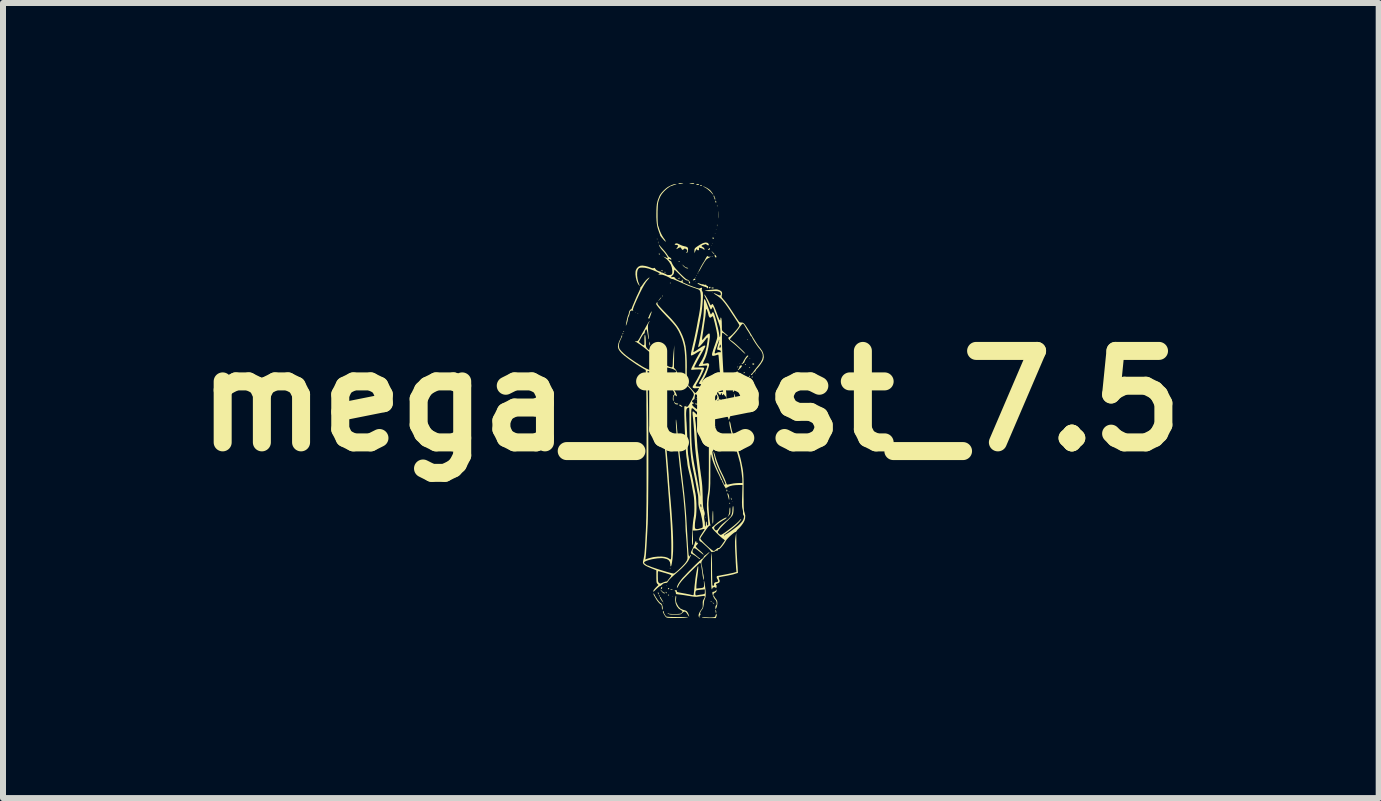
<source format=kicad_pcb>
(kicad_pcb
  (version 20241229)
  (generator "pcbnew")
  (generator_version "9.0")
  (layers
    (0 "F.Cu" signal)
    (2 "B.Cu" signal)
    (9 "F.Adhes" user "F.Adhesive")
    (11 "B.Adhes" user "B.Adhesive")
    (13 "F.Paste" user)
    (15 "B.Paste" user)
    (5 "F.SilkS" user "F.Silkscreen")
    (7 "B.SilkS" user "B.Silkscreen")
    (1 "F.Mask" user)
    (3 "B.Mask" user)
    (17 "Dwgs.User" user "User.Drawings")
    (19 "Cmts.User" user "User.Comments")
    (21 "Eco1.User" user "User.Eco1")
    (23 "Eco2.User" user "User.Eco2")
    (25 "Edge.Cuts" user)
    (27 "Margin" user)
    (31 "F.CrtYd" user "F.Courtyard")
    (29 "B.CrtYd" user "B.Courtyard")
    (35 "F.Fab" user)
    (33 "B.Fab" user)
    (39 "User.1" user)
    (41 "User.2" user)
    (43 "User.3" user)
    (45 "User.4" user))
  (footprint "mega_test_7.5"
    (layer "F.Cu")
    (at 8.462 3.632)
    (property "Reference" "mega_test_7.5" (at 0 0 0) (layer "F.SilkS") (effects (font (size 1.524 1.524) (thickness 0.3))))
    (attr board_only exclude_from_pos_files exclude_from_bom)
    (fp_poly (pts (xy -0.917 -1.479) (xy -0.921 -1.475) (xy -0.925 -1.479) (xy -0.921 -1.483)) (stroke (width 0) (type solid)) (fill yes) (layer "F.SilkS"))
    (fp_poly (pts (xy -0.558 -2.704) (xy -0.562 -2.7) (xy -0.567 -2.704) (xy -0.562 -2.708)) (stroke (width 0) (type solid)) (fill yes) (layer "F.SilkS"))
    (fp_poly (pts (xy -0.558 -2.688) (xy -0.562 -2.683) (xy -0.567 -2.688) (xy -0.562 -2.692)) (stroke (width 0) (type solid)) (fill yes) (layer "F.SilkS"))
    (fp_poly (pts (xy -0.458 -2.413) (xy -0.463 -2.408) (xy -0.467 -2.413) (xy -0.463 -2.417)) (stroke (width 0) (type solid)) (fill yes) (layer "F.SilkS"))
    (fp_poly (pts (xy -0.4 3.071) (xy -0.404 3.075) (xy -0.408 3.071) (xy -0.404 3.067)) (stroke (width 0) (type solid)) (fill yes) (layer "F.SilkS"))
    (fp_poly (pts (xy -0.3 3.254) (xy -0.304 3.258) (xy -0.308 3.254) (xy -0.304 3.25)) (stroke (width 0) (type solid)) (fill yes) (layer "F.SilkS"))
    (fp_poly (pts (xy -0.192 -2.062) (xy -0.196 -2.058) (xy -0.2 -2.062) (xy -0.196 -2.067)) (stroke (width 0) (type solid)) (fill yes) (layer "F.SilkS"))
    (fp_poly (pts (xy -0.142 -2.279) (xy -0.146 -2.275) (xy -0.15 -2.279) (xy -0.146 -2.283)) (stroke (width 0) (type solid)) (fill yes) (layer "F.SilkS"))
    (fp_poly (pts (xy 0.083 -1.996) (xy 0.079 -1.992) (xy 0.075 -1.996) (xy 0.079 -2)) (stroke (width 0) (type solid)) (fill yes) (layer "F.SilkS"))
    (fp_poly (pts (xy 0.35 -2.596) (xy 0.346 -2.592) (xy 0.342 -2.596) (xy 0.346 -2.6)) (stroke (width 0) (type solid)) (fill yes) (layer "F.SilkS"))
    (fp_poly (pts (xy 0.367 -2.629) (xy 0.362 -2.625) (xy 0.358 -2.629) (xy 0.362 -2.633)) (stroke (width 0) (type solid)) (fill yes) (layer "F.SilkS"))
    (fp_poly (pts (xy 0.367 -1.804) (xy 0.362 -1.8) (xy 0.358 -1.804) (xy 0.362 -1.808)) (stroke (width 0) (type solid)) (fill yes) (layer "F.SilkS"))
    (fp_poly (pts (xy 0.408 -2.796) (xy 0.404 -2.792) (xy 0.4 -2.796) (xy 0.404 -2.8)) (stroke (width 0) (type solid)) (fill yes) (layer "F.SilkS"))
    (fp_poly (pts (xy 0.408 0.129) (xy 0.404 0.133) (xy 0.4 0.129) (xy 0.404 0.125)) (stroke (width 0) (type solid)) (fill yes) (layer "F.SilkS"))
    (fp_poly (pts (xy 0.425 -2.854) (xy 0.421 -2.85) (xy 0.417 -2.854) (xy 0.421 -2.858)) (stroke (width 0) (type solid)) (fill yes) (layer "F.SilkS"))
    (fp_poly (pts (xy 0.433 3.138) (xy 0.429 3.142) (xy 0.425 3.138) (xy 0.429 3.133)) (stroke (width 0) (type solid)) (fill yes) (layer "F.SilkS"))
    (fp_poly (pts (xy 0.692 1.671) (xy 0.688 1.675) (xy 0.683 1.671) (xy 0.688 1.667)) (stroke (width 0) (type solid)) (fill yes) (layer "F.SilkS"))
    (fp_poly (pts (xy 0.817 -0.621) (xy 0.812 -0.617) (xy 0.808 -0.621) (xy 0.812 -0.625)) (stroke (width 0) (type solid)) (fill yes) (layer "F.SilkS"))
    (fp_poly (pts (xy -0.878 -1.464) (xy -0.879 -1.459) (xy -0.883 -1.458) (xy -0.89 -1.461) (xy -0.889 -1.464) (xy -0.879 -1.465)) (stroke (width 0) (type solid)) (fill yes) (layer "F.SilkS"))
    (fp_poly (pts (xy -0.453 3.361) (xy -0.452 3.371) (xy -0.453 3.372) (xy -0.458 3.371) (xy -0.458 3.367) (xy -0.455 3.36)) (stroke (width 0) (type solid)) (fill yes) (layer "F.SilkS"))
    (fp_poly (pts (xy -0.436 -0.527) (xy -0.435 -0.51) (xy -0.436 -0.506) (xy -0.439 -0.505) (xy -0.44 -0.517) (xy -0.439 -0.528)) (stroke (width 0) (type solid)) (fill yes) (layer "F.SilkS"))
    (fp_poly (pts (xy -0.344 2.782) (xy -0.343 2.795) (xy -0.345 2.798) (xy -0.349 2.795) (xy -0.349 2.787) (xy -0.347 2.778)) (stroke (width 0) (type solid)) (fill yes) (layer "F.SilkS"))
    (fp_poly (pts (xy -0.153 -0.372) (xy -0.154 -0.367) (xy -0.158 -0.367) (xy -0.165 -0.37) (xy -0.164 -0.372) (xy -0.154 -0.373)) (stroke (width 0) (type solid)) (fill yes) (layer "F.SilkS"))
    (fp_poly (pts (xy -0.078 0.061) (xy -0.077 0.071) (xy -0.078 0.072) (xy -0.083 0.071) (xy -0.083 0.067) (xy -0.08 0.06)) (stroke (width 0) (type solid)) (fill yes) (layer "F.SilkS"))
    (fp_poly (pts (xy 0.081 -2.064) (xy 0.082 -2.054) (xy 0.081 -2.053) (xy 0.076 -2.054) (xy 0.075 -2.058) (xy 0.078 -2.065)) (stroke (width 0) (type solid)) (fill yes) (layer "F.SilkS"))
    (fp_poly (pts (xy 0.097 -2.097) (xy 0.098 -2.087) (xy 0.097 -2.086) (xy 0.092 -2.087) (xy 0.092 -2.092) (xy 0.095 -2.099)) (stroke (width 0) (type solid)) (fill yes) (layer "F.SilkS"))
    (fp_poly (pts (xy 0.098 -0.022) (xy 0.095 -0.018) (xy 0.087 -0.017) (xy 0.078 -0.019) (xy 0.082 -0.022) (xy 0.095 -0.023)) (stroke (width 0) (type solid)) (fill yes) (layer "F.SilkS"))
    (fp_poly (pts (xy 0.239 1.931) (xy 0.24 1.948) (xy 0.239 1.952) (xy 0.236 1.953) (xy 0.235 1.942) (xy 0.236 1.93)) (stroke (width 0) (type solid)) (fill yes) (layer "F.SilkS"))
    (fp_poly (pts (xy 0.364 -2.413) (xy 0.362 -2.41) (xy 0.353 -2.409) (xy 0.345 -2.411) (xy 0.348 -2.414) (xy 0.361 -2.415)) (stroke (width 0) (type solid)) (fill yes) (layer "F.SilkS"))
    (fp_poly (pts (xy 0.639 1.503) (xy 0.64 1.513) (xy 0.639 1.514) (xy 0.634 1.513) (xy 0.633 1.508) (xy 0.636 1.501)) (stroke (width 0) (type solid)) (fill yes) (layer "F.SilkS"))
    (fp_poly (pts (xy 0.989 -0.706) (xy 0.988 -0.701) (xy 0.983 -0.7) (xy 0.976 -0.703) (xy 0.978 -0.706) (xy 0.988 -0.707)) (stroke (width 0) (type solid)) (fill yes) (layer "F.SilkS"))
    (fp_poly (pts (xy 1.081 -0.472) (xy 1.082 -0.462) (xy 1.081 -0.461) (xy 1.076 -0.462) (xy 1.075 -0.467) (xy 1.078 -0.474)) (stroke (width 0) (type solid)) (fill yes) (layer "F.SilkS"))
    (fp_poly (pts (xy -0.474 -2.177) (xy -0.47 -2.167) (xy -0.474 -2.163) (xy -0.485 -2.164) (xy -0.488 -2.167) (xy -0.49 -2.179) (xy -0.482 -2.182)) (stroke (width 0) (type solid)) (fill yes) (layer "F.SilkS"))
    (fp_poly (pts (xy -0.426 -2.152) (xy -0.425 -2.146) (xy -0.428 -2.134) (xy -0.435 -2.138) (xy -0.437 -2.141) (xy -0.436 -2.152) (xy -0.433 -2.154)) (stroke (width 0) (type solid)) (fill yes) (layer "F.SilkS"))
    (fp_poly (pts (xy -0.409 3.182) (xy -0.405 3.189) (xy -0.402 3.203) (xy -0.408 3.204) (xy -0.416 3.197) (xy -0.421 3.184) (xy -0.418 3.18)) (stroke (width 0) (type solid)) (fill yes) (layer "F.SilkS"))
    (fp_poly (pts (xy -0.36 3.123) (xy -0.364 3.133) (xy -0.371 3.136) (xy -0.381 3.137) (xy -0.382 3.129) (xy -0.375 3.117) (xy -0.365 3.117)) (stroke (width 0) (type solid)) (fill yes) (layer "F.SilkS"))
    (fp_poly (pts (xy -0.201 -0.422) (xy -0.192 -0.413) (xy -0.194 -0.408) (xy -0.195 -0.408) (xy -0.202 -0.414) (xy -0.205 -0.418) (xy -0.206 -0.424)) (stroke (width 0) (type solid)) (fill yes) (layer "F.SilkS"))
    (fp_poly (pts (xy -0.176 -0.397) (xy -0.167 -0.388) (xy -0.169 -0.383) (xy -0.17 -0.383) (xy -0.177 -0.389) (xy -0.18 -0.393) (xy -0.181 -0.399)) (stroke (width 0) (type solid)) (fill yes) (layer "F.SilkS"))
    (fp_poly (pts (xy 0.109 -0.062) (xy 0.116 -0.054) (xy 0.108 -0.05) (xy 0.104 -0.05) (xy 0.095 -0.054) (xy 0.096 -0.058) (xy 0.106 -0.063)) (stroke (width 0) (type solid)) (fill yes) (layer "F.SilkS"))
    (fp_poly (pts (xy 0.344 3.339) (xy 0.346 3.342) (xy 0.349 3.349) (xy 0.341 3.346) (xy 0.333 3.342) (xy 0.327 3.335) (xy 0.331 3.333)) (stroke (width 0) (type solid)) (fill yes) (layer "F.SilkS"))
    (fp_poly (pts (xy 0.376 3.364) (xy 0.383 3.371) (xy 0.39 3.382) (xy 0.386 3.381) (xy 0.37 3.371) (xy 0.361 3.362) (xy 0.364 3.359)) (stroke (width 0) (type solid)) (fill yes) (layer "F.SilkS"))
    (fp_poly (pts (xy 0.65 1.696) (xy 0.655 1.706) (xy 0.654 1.709) (xy 0.646 1.716) (xy 0.642 1.708) (xy 0.642 1.704) (xy 0.646 1.695)) (stroke (width 0) (type solid)) (fill yes) (layer "F.SilkS"))
    (fp_poly (pts (xy 0.806 -0.277) (xy 0.802 -0.267) (xy 0.796 -0.264) (xy 0.785 -0.263) (xy 0.785 -0.271) (xy 0.792 -0.283) (xy 0.802 -0.283)) (stroke (width 0) (type solid)) (fill yes) (layer "F.SilkS"))
    (fp_poly (pts (xy 0.899 -0.473) (xy 0.894 -0.466) (xy 0.884 -0.462) (xy 0.88 -0.465) (xy 0.881 -0.477) (xy 0.884 -0.479) (xy 0.896 -0.481)) (stroke (width 0) (type solid)) (fill yes) (layer "F.SilkS"))
    (fp_poly (pts (xy 0.938 -0.332) (xy 0.935 -0.326) (xy 0.927 -0.321) (xy 0.918 -0.319) (xy 0.922 -0.325) (xy 0.923 -0.326) (xy 0.934 -0.333)) (stroke (width 0) (type solid)) (fill yes) (layer "F.SilkS"))
    (fp_poly (pts (xy 0.987 -0.558) (xy 0.979 -0.551) (xy 0.969 -0.55) (xy 0.967 -0.553) (xy 0.973 -0.559) (xy 0.98 -0.562) (xy 0.988 -0.562)) (stroke (width 0) (type solid)) (fill yes) (layer "F.SilkS"))
    (fp_poly (pts (xy -1.126 -1.129) (xy -1.125 -1.126) (xy -1.131 -1.114) (xy -1.133 -1.113) (xy -1.141 -1.113) (xy -1.142 -1.116) (xy -1.136 -1.127) (xy -1.133 -1.129)) (stroke (width 0) (type solid)) (fill yes) (layer "F.SilkS"))
    (fp_poly (pts (xy -1.111 -1.162) (xy -1.113 -1.158) (xy -1.12 -1.15) (xy -1.121 -1.15) (xy -1.125 -1.156) (xy -1.125 -1.158) (xy -1.119 -1.166) (xy -1.116 -1.167)) (stroke (width 0) (type solid)) (fill yes) (layer "F.SilkS"))
    (fp_poly (pts (xy -0.544 -2.656) (xy -0.543 -2.635) (xy -0.544 -2.627) (xy -0.547 -2.624) (xy -0.548 -2.636) (xy -0.548 -2.642) (xy -0.547 -2.657) (xy -0.545 -2.659)) (stroke (width 0) (type solid)) (fill yes) (layer "F.SilkS"))
    (fp_poly (pts (xy -0.526 -2.46) (xy -0.523 -2.45) (xy -0.522 -2.437) (xy -0.526 -2.433) (xy -0.532 -2.44) (xy -0.533 -2.45) (xy -0.532 -2.464) (xy -0.53 -2.467)) (stroke (width 0) (type solid)) (fill yes) (layer "F.SilkS"))
    (fp_poly (pts (xy -0.525 3.237) (xy -0.517 3.248) (xy -0.517 3.25) (xy -0.523 3.258) (xy -0.525 3.258) (xy -0.532 3.252) (xy -0.533 3.245) (xy -0.529 3.237)) (stroke (width 0) (type solid)) (fill yes) (layer "F.SilkS"))
    (fp_poly (pts (xy -0.467 -1.752) (xy -0.467 -1.75) (xy -0.473 -1.742) (xy -0.475 -1.742) (xy -0.48 -1.747) (xy -0.479 -1.75) (xy -0.472 -1.758) (xy -0.47 -1.758)) (stroke (width 0) (type solid)) (fill yes) (layer "F.SilkS"))
    (fp_poly (pts (xy -0.364 3.231) (xy -0.362 3.233) (xy -0.364 3.24) (xy -0.37 3.242) (xy -0.382 3.237) (xy -0.383 3.233) (xy -0.377 3.225) (xy -0.375 3.225)) (stroke (width 0) (type solid)) (fill yes) (layer "F.SilkS"))
    (fp_poly (pts (xy -0.344 -1.981) (xy -0.343 -1.96) (xy -0.344 -1.952) (xy -0.347 -1.949) (xy -0.348 -1.961) (xy -0.348 -1.967) (xy -0.347 -1.982) (xy -0.345 -1.984)) (stroke (width 0) (type solid)) (fill yes) (layer "F.SilkS"))
    (fp_poly (pts (xy -0.321 3.14) (xy -0.305 3.144) (xy -0.3 3.147) (xy -0.307 3.149) (xy -0.321 3.15) (xy -0.337 3.148) (xy -0.342 3.143) (xy -0.335 3.139)) (stroke (width 0) (type solid)) (fill yes) (layer "F.SilkS"))
    (fp_poly (pts (xy -0.187 -2.329) (xy -0.188 -2.325) (xy -0.195 -2.317) (xy -0.196 -2.317) (xy -0.202 -2.322) (xy -0.204 -2.325) (xy -0.202 -2.332) (xy -0.196 -2.333)) (stroke (width 0) (type solid)) (fill yes) (layer "F.SilkS"))
    (fp_poly (pts (xy -0.187 -2.046) (xy -0.188 -2.042) (xy -0.198 -2.034) (xy -0.2 -2.033) (xy -0.208 -2.04) (xy -0.208 -2.042) (xy -0.202 -2.049) (xy -0.195 -2.05)) (stroke (width 0) (type solid)) (fill yes) (layer "F.SilkS"))
    (fp_poly (pts (xy 0.125 -2.135) (xy 0.125 -2.133) (xy 0.119 -2.125) (xy 0.116 -2.125) (xy 0.111 -2.13) (xy 0.113 -2.133) (xy 0.12 -2.141) (xy 0.121 -2.142)) (stroke (width 0) (type solid)) (fill yes) (layer "F.SilkS"))
    (fp_poly (pts (xy 0.165 -0.06) (xy 0.167 -0.054) (xy 0.16 -0.043) (xy 0.154 -0.042) (xy 0.143 -0.048) (xy 0.142 -0.054) (xy 0.148 -0.065) (xy 0.154 -0.067)) (stroke (width 0) (type solid)) (fill yes) (layer "F.SilkS"))
    (fp_poly (pts (xy 0.232 -0.06) (xy 0.233 -0.054) (xy 0.228 -0.043) (xy 0.217 -0.045) (xy 0.214 -0.047) (xy 0.212 -0.057) (xy 0.221 -0.066) (xy 0.225 -0.067)) (stroke (width 0) (type solid)) (fill yes) (layer "F.SilkS"))
    (fp_poly (pts (xy 0.327 -1.902) (xy 0.327 -1.891) (xy 0.319 -1.876) (xy 0.308 -1.878) (xy 0.306 -1.881) (xy 0.301 -1.892) (xy 0.312 -1.901) (xy 0.316 -1.902)) (stroke (width 0) (type solid)) (fill yes) (layer "F.SilkS"))
    (fp_poly (pts (xy 0.378 -1.889) (xy 0.383 -1.883) (xy 0.376 -1.877) (xy 0.362 -1.875) (xy 0.347 -1.878) (xy 0.342 -1.883) (xy 0.349 -1.89) (xy 0.362 -1.892)) (stroke (width 0) (type solid)) (fill yes) (layer "F.SilkS"))
    (fp_poly (pts (xy 0.382 -2.718) (xy 0.383 -2.712) (xy 0.378 -2.701) (xy 0.367 -2.703) (xy 0.364 -2.706) (xy 0.359 -2.718) (xy 0.367 -2.725) (xy 0.371 -2.725)) (stroke (width 0) (type solid)) (fill yes) (layer "F.SilkS"))
    (fp_poly (pts (xy 0.417 -3.336) (xy 0.424 -3.32) (xy 0.424 -3.313) (xy 0.419 -3.304) (xy 0.415 -3.305) (xy 0.409 -3.318) (xy 0.408 -3.328) (xy 0.411 -3.339)) (stroke (width 0) (type solid)) (fill yes) (layer "F.SilkS"))
    (fp_poly (pts (xy 0.439 -3.266) (xy 0.439 -3.264) (xy 0.44 -3.246) (xy 0.439 -3.239) (xy 0.436 -3.239) (xy 0.435 -3.252) (xy 0.435 -3.254) (xy 0.436 -3.267)) (stroke (width 0) (type solid)) (fill yes) (layer "F.SilkS"))
    (fp_poly (pts (xy 0.439 -2.941) (xy 0.439 -2.939) (xy 0.44 -2.921) (xy 0.439 -2.914) (xy 0.436 -2.914) (xy 0.435 -2.927) (xy 0.435 -2.929) (xy 0.436 -2.942)) (stroke (width 0) (type solid)) (fill yes) (layer "F.SilkS"))
    (fp_poly (pts (xy 0.607 1.482) (xy 0.608 1.492) (xy 0.605 1.505) (xy 0.6 1.508) (xy 0.593 1.501) (xy 0.592 1.492) (xy 0.595 1.478) (xy 0.6 1.475)) (stroke (width 0) (type solid)) (fill yes) (layer "F.SilkS"))
    (fp_poly (pts (xy 0.671 1.614) (xy 0.676 1.624) (xy 0.681 1.642) (xy 0.679 1.648) (xy 0.672 1.644) (xy 0.668 1.632) (xy 0.667 1.622) (xy 0.668 1.61)) (stroke (width 0) (type solid)) (fill yes) (layer "F.SilkS"))
    (fp_poly (pts (xy 0.789 -0.57) (xy 0.787 -0.567) (xy 0.78 -0.559) (xy 0.779 -0.558) (xy 0.775 -0.565) (xy 0.775 -0.567) (xy 0.781 -0.575) (xy 0.784 -0.575)) (stroke (width 0) (type solid)) (fill yes) (layer "F.SilkS"))
    (fp_poly (pts (xy 0.815 -0.404) (xy 0.817 -0.4) (xy 0.811 -0.39) (xy 0.8 -0.387) (xy 0.797 -0.389) (xy 0.792 -0.401) (xy 0.801 -0.408) (xy 0.804 -0.408)) (stroke (width 0) (type solid)) (fill yes) (layer "F.SilkS"))
    (fp_poly (pts (xy 0.916 -0.61) (xy 0.917 -0.608) (xy 0.91 -0.6) (xy 0.908 -0.6) (xy 0.9 -0.606) (xy 0.9 -0.608) (xy 0.906 -0.616) (xy 0.908 -0.617)) (stroke (width 0) (type solid)) (fill yes) (layer "F.SilkS"))
    (fp_poly (pts (xy 0.94 -0.37) (xy 0.931 -0.355) (xy 0.92 -0.346) (xy 0.914 -0.347) (xy 0.908 -0.361) (xy 0.917 -0.374) (xy 0.925 -0.377) (xy 0.939 -0.378)) (stroke (width 0) (type solid)) (fill yes) (layer "F.SilkS"))
    (fp_poly (pts (xy 0.947 -1.028) (xy 0.946 -1.025) (xy 0.938 -1.017) (xy 0.937 -1.017) (xy 0.936 -1.022) (xy 0.938 -1.025) (xy 0.945 -1.033) (xy 0.947 -1.033)) (stroke (width 0) (type solid)) (fill yes) (layer "F.SilkS"))
    (fp_poly (pts (xy 0.975 -0.421) (xy 0.983 -0.41) (xy 0.983 -0.408) (xy 0.977 -0.4) (xy 0.975 -0.4) (xy 0.968 -0.407) (xy 0.967 -0.413) (xy 0.971 -0.422)) (stroke (width 0) (type solid)) (fill yes) (layer "F.SilkS"))
    (fp_poly (pts (xy 1.033 -0.402) (xy 1.033 -0.4) (xy 1.027 -0.393) (xy 1.02 -0.392) (xy 1.012 -0.396) (xy 1.012 -0.4) (xy 1.023 -0.408) (xy 1.025 -0.408)) (stroke (width 0) (type solid)) (fill yes) (layer "F.SilkS"))
    (fp_poly (pts (xy 1.042 -0.627) (xy 1.055 -0.621) (xy 1.058 -0.617) (xy 1.052 -0.608) (xy 1.039 -0.604) (xy 1.03 -0.606) (xy 1.024 -0.619) (xy 1.032 -0.627)) (stroke (width 0) (type solid)) (fill yes) (layer "F.SilkS"))
    (fp_poly (pts (xy -0.544 3.188) (xy -0.541 3.194) (xy -0.535 3.209) (xy -0.536 3.22) (xy -0.541 3.222) (xy -0.544 3.22) (xy -0.549 3.207) (xy -0.55 3.197) (xy -0.549 3.185)) (stroke (width 0) (type solid)) (fill yes) (layer "F.SilkS"))
    (fp_poly (pts (xy -0.478 3.102) (xy -0.478 3.113) (xy -0.483 3.126) (xy -0.492 3.133) (xy -0.493 3.133) (xy -0.499 3.127) (xy -0.5 3.121) (xy -0.495 3.109) (xy -0.486 3.101)) (stroke (width 0) (type solid)) (fill yes) (layer "F.SilkS"))
    (fp_poly (pts (xy 0.181 -3.593) (xy 0.183 -3.592) (xy 0.19 -3.586) (xy 0.182 -3.584) (xy 0.178 -3.583) (xy 0.161 -3.587) (xy 0.154 -3.592) (xy 0.155 -3.599) (xy 0.165 -3.599)) (stroke (width 0) (type solid)) (fill yes) (layer "F.SilkS"))
    (fp_poly (pts (xy 0.316 -2.543) (xy 0.317 -2.533) (xy 0.311 -2.52) (xy 0.299 -2.517) (xy 0.287 -2.518) (xy 0.287 -2.523) (xy 0.296 -2.533) (xy 0.308 -2.546) (xy 0.314 -2.55)) (stroke (width 0) (type solid)) (fill yes) (layer "F.SilkS"))
    (fp_poly (pts (xy 0.365 -2.48) (xy 0.383 -2.462) (xy 0.391 -2.453) (xy 0.389 -2.45) (xy 0.385 -2.45) (xy 0.376 -2.456) (xy 0.363 -2.471) (xy 0.359 -2.477) (xy 0.339 -2.504)) (stroke (width 0) (type solid)) (fill yes) (layer "F.SilkS"))
    (fp_poly (pts (xy 0.414 3.48) (xy 0.417 3.486) (xy 0.423 3.505) (xy 0.423 3.523) (xy 0.421 3.546) (xy 0.415 3.525) (xy 0.41 3.502) (xy 0.409 3.487) (xy 0.41 3.476)) (stroke (width 0) (type solid)) (fill yes) (layer "F.SilkS"))
    (fp_poly (pts (xy -0.685 -0.979) (xy -0.68 -0.956) (xy -0.678 -0.934) (xy -0.682 -0.925) (xy -0.683 -0.925) (xy -0.688 -0.932) (xy -0.691 -0.951) (xy -0.692 -0.96) (xy -0.691 -0.983) (xy -0.689 -0.989)) (stroke (width 0) (type solid)) (fill yes) (layer "F.SilkS"))
    (fp_poly (pts (xy 0.126 -3.614) (xy 0.137 -3.609) (xy 0.138 -3.608) (xy 0.135 -3.602) (xy 0.123 -3.6) (xy 0.106 -3.602) (xy 0.092 -3.608) (xy 0.087 -3.614) (xy 0.096 -3.616) (xy 0.106 -3.617)) (stroke (width 0) (type solid)) (fill yes) (layer "F.SilkS"))
    (fp_poly (pts (xy -0.492 -1.727) (xy -0.497 -1.716) (xy -0.511 -1.699) (xy -0.522 -1.686) (xy -0.536 -1.672) (xy -0.543 -1.667) (xy -0.541 -1.671) (xy -0.524 -1.695) (xy -0.508 -1.714) (xy -0.496 -1.726) (xy -0.492 -1.727)) (stroke (width 0) (type solid)) (fill yes) (layer "F.SilkS"))
    (fp_poly (pts (xy -0.175 0.064) (xy -0.155 0.078) (xy -0.154 0.079) (xy -0.142 0.093) (xy -0.142 0.099) (xy -0.154 0.096) (xy -0.175 0.085) (xy -0.179 0.083) (xy -0.194 0.072) (xy -0.195 0.065) (xy -0.19 0.062)) (stroke (width 0) (type solid)) (fill yes) (layer "F.SilkS"))
    (fp_poly (pts (xy -0.135 -3.631) (xy -0.126 -3.63) (xy -0.13 -3.627) (xy -0.138 -3.625) (xy -0.167 -3.619) (xy -0.192 -3.618) (xy -0.206 -3.621) (xy -0.208 -3.625) (xy -0.201 -3.629) (xy -0.181 -3.632) (xy -0.16 -3.632)) (stroke (width 0) (type solid)) (fill yes) (layer "F.SilkS"))
    (fp_poly (pts (xy 0.037 -3.632) (xy 0.054 -3.628) (xy 0.058 -3.625) (xy 0.051 -3.619) (xy 0.032 -3.618) (xy 0.004 -3.621) (xy -0.013 -3.625) (xy -0.024 -3.629) (xy -0.022 -3.631) (xy -0.006 -3.632) (xy 0.01 -3.632)) (stroke (width 0) (type solid)) (fill yes) (layer "F.SilkS"))
    (fp_poly (pts (xy 0.162 -0.026) (xy 0.163 -0.025) (xy 0.174 -0.009) (xy 0.171 0.003) (xy 0.154 0.008) (xy 0.154 0.008) (xy 0.138 0.007) (xy 0.133 0.004) (xy 0.137 -0.007) (xy 0.142 -0.018) (xy 0.151 -0.029)) (stroke (width 0) (type solid)) (fill yes) (layer "F.SilkS"))
    (fp_poly (pts (xy 0.403 -2.438) (xy 0.414 -2.427) (xy 0.423 -2.412) (xy 0.428 -2.4) (xy 0.428 -2.398) (xy 0.417 -2.391) (xy 0.405 -2.397) (xy 0.398 -2.414) (xy 0.398 -2.415) (xy 0.395 -2.432) (xy 0.396 -2.441)) (stroke (width 0) (type solid)) (fill yes) (layer "F.SilkS"))
    (fp_poly (pts (xy -0.279 0.012) (xy -0.27 0.023) (xy -0.252 0.038) (xy -0.236 0.04) (xy -0.218 0.042) (xy -0.211 0.048) (xy -0.215 0.056) (xy -0.232 0.058) (xy -0.257 0.052) (xy -0.27 0.038) (xy -0.28 0.02) (xy -0.283 0.011)) (stroke (width 0) (type solid)) (fill yes) (layer "F.SilkS"))
    (fp_poly (pts (xy 0.074 -2.035) (xy 0.075 -2.029) (xy 0.071 -2.018) (xy 0.067 -2.017) (xy 0.053 -2.014) (xy 0.047 -2.012) (xy 0.035 -2.01) (xy 0.033 -2.013) (xy 0.039 -2.022) (xy 0.053 -2.034) (xy 0.066 -2.041) (xy 0.069 -2.041)) (stroke (width 0) (type solid)) (fill yes) (layer "F.SilkS"))
    (fp_poly (pts (xy 0.39 -3.418) (xy 0.392 -3.41) (xy 0.396 -3.392) (xy 0.401 -3.386) (xy 0.407 -3.371) (xy 0.407 -3.361) (xy 0.403 -3.354) (xy 0.398 -3.36) (xy 0.394 -3.371) (xy 0.386 -3.393) (xy 0.379 -3.41) (xy 0.378 -3.423) (xy 0.382 -3.425)) (stroke (width 0) (type solid)) (fill yes) (layer "F.SilkS"))
    (fp_poly (pts (xy 0.456 -3.156) (xy 0.456 -3.152) (xy 0.457 -3.113) (xy 0.457 -3.073) (xy 0.456 -3.052) (xy 0.455 -3.041) (xy 0.454 -3.046) (xy 0.453 -3.065) (xy 0.453 -3.095) (xy 0.453 -3.104) (xy 0.453 -3.137) (xy 0.454 -3.158) (xy 0.455 -3.165)) (stroke (width 0) (type solid)) (fill yes) (layer "F.SilkS"))
    (fp_poly (pts (xy 0.617 1.538) (xy 0.625 1.552) (xy 0.633 1.573) (xy 0.638 1.596) (xy 0.64 1.618) (xy 0.64 1.622) (xy 0.637 1.654) (xy 0.631 1.629) (xy 0.624 1.604) (xy 0.616 1.575) (xy 0.615 1.573) (xy 0.61 1.552) (xy 0.61 1.538) (xy 0.61 1.537)) (stroke (width 0) (type solid)) (fill yes) (layer "F.SilkS"))
    (fp_poly (pts (xy -0.504 3.271) (xy -0.497 3.281) (xy -0.49 3.298) (xy -0.477 3.319) (xy -0.475 3.323) (xy -0.463 3.342) (xy -0.461 3.349) (xy -0.468 3.346) (xy -0.472 3.344) (xy -0.481 3.334) (xy -0.493 3.316) (xy -0.506 3.295) (xy -0.514 3.278) (xy -0.517 3.271) (xy -0.512 3.266)) (stroke (width 0) (type solid)) (fill yes) (layer "F.SilkS"))
    (fp_poly (pts (xy -0.503 3.145) (xy -0.491 3.157) (xy -0.484 3.165) (xy -0.467 3.181) (xy -0.451 3.191) (xy -0.447 3.192) (xy -0.435 3.196) (xy -0.433 3.2) (xy -0.438 3.208) (xy -0.451 3.205) (xy -0.469 3.192) (xy -0.482 3.179) (xy -0.498 3.16) (xy -0.507 3.147) (xy -0.508 3.143)) (stroke (width 0) (type solid)) (fill yes) (layer "F.SilkS"))
    (fp_poly (pts (xy 0.852 -0.587) (xy 0.846 -0.572) (xy 0.83 -0.551) (xy 0.827 -0.548) (xy 0.804 -0.526) (xy 0.789 -0.517) (xy 0.784 -0.522) (xy 0.783 -0.524) (xy 0.79 -0.533) (xy 0.796 -0.536) (xy 0.805 -0.547) (xy 0.808 -0.563) (xy 0.815 -0.583) (xy 0.827 -0.591) (xy 0.845 -0.594)) (stroke (width 0) (type solid)) (fill yes) (layer "F.SilkS"))
    (fp_poly (pts (xy 0.657 1.787) (xy 0.658 1.816) (xy 0.658 1.821) (xy 0.658 1.853) (xy 0.654 1.875) (xy 0.647 1.891) (xy 0.634 1.907) (xy 0.633 1.909) (xy 0.608 1.938) (xy 0.625 1.908) (xy 0.639 1.868) (xy 0.642 1.833) (xy 0.643 1.805) (xy 0.647 1.783) (xy 0.65 1.775) (xy 0.654 1.774)) (stroke (width 0) (type solid)) (fill yes) (layer "F.SilkS"))
    (fp_poly (pts (xy 0.735 -0.085) (xy 0.744 -0.056) (xy 0.748 -0.031) (xy 0.747 -0.002) (xy 0.745 0.015) (xy 0.738 0.048) (xy 0.73 0.068) (xy 0.721 0.075) (xy 0.714 0.069) (xy 0.713 0.057) (xy 0.716 0.035) (xy 0.718 0.025) (xy 0.722 -0.004) (xy 0.723 -0.04) (xy 0.722 -0.071) (xy 0.717 -0.129)) (stroke (width 0) (type solid)) (fill yes) (layer "F.SilkS"))
    (fp_poly (pts (xy 0.883 -0.338) (xy 0.877 -0.323) (xy 0.871 -0.32) (xy 0.857 -0.309) (xy 0.847 -0.295) (xy 0.838 -0.282) (xy 0.829 -0.283) (xy 0.827 -0.285) (xy 0.817 -0.299) (xy 0.821 -0.307) (xy 0.827 -0.308) (xy 0.84 -0.314) (xy 0.857 -0.327) (xy 0.861 -0.33) (xy 0.876 -0.342) (xy 0.882 -0.342)) (stroke (width 0) (type solid)) (fill yes) (layer "F.SilkS"))
    (fp_poly (pts (xy -0.127 -2.261) (xy -0.111 -2.247) (xy -0.11 -2.246) (xy -0.092 -2.231) (xy -0.077 -2.225) (xy -0.076 -2.225) (xy -0.057 -2.22) (xy -0.05 -2.217) (xy -0.044 -2.211) (xy -0.053 -2.209) (xy -0.059 -2.208) (xy -0.08 -2.214) (xy -0.105 -2.231) (xy -0.113 -2.237) (xy -0.13 -2.253) (xy -0.138 -2.264) (xy -0.138 -2.266)) (stroke (width 0) (type solid)) (fill yes) (layer "F.SilkS"))
    (fp_poly (pts (xy 0.37 1.833) (xy 0.372 1.852) (xy 0.373 1.887) (xy 0.374 1.922) (xy 0.374 1.97) (xy 0.373 2.008) (xy 0.37 2.034) (xy 0.367 2.046) (xy 0.367 2.046) (xy 0.363 2.04) (xy 0.36 2.019) (xy 0.359 1.982) (xy 0.359 1.953) (xy 0.36 1.902) (xy 0.362 1.864) (xy 0.365 1.84) (xy 0.367 1.829)) (stroke (width 0) (type solid)) (fill yes) (layer "F.SilkS"))
    (fp_poly (pts (xy 0.773 -0.255) (xy 0.771 -0.247) (xy 0.759 -0.231) (xy 0.751 -0.221) (xy 0.734 -0.198) (xy 0.722 -0.177) (xy 0.72 -0.171) (xy 0.713 -0.154) (xy 0.705 -0.151) (xy 0.7 -0.16) (xy 0.7 -0.165) (xy 0.705 -0.178) (xy 0.717 -0.196) (xy 0.732 -0.217) (xy 0.749 -0.237) (xy 0.763 -0.251) (xy 0.772 -0.255)) (stroke (width 0) (type solid)) (fill yes) (layer "F.SilkS"))
    (fp_poly (pts (xy -0.652 -1.49) (xy -0.657 -1.471) (xy -0.668 -1.436) (xy -0.67 -1.431) (xy -0.682 -1.398) (xy -0.69 -1.379) (xy -0.696 -1.371) (xy -0.701 -1.372) (xy -0.708 -1.379) (xy -0.714 -1.389) (xy -0.709 -1.392) (xy -0.701 -1.398) (xy -0.7 -1.404) (xy -0.696 -1.418) (xy -0.686 -1.441) (xy -0.675 -1.461) (xy -0.661 -1.485) (xy -0.653 -1.494)) (stroke (width 0) (type solid)) (fill yes) (layer "F.SilkS"))
    (fp_poly (pts (xy 0.228 -3.57) (xy 0.252 -3.559) (xy 0.279 -3.544) (xy 0.304 -3.527) (xy 0.321 -3.513) (xy 0.335 -3.497) (xy 0.35 -3.478) (xy 0.363 -3.458) (xy 0.372 -3.443) (xy 0.374 -3.438) (xy 0.367 -3.442) (xy 0.354 -3.455) (xy 0.342 -3.47) (xy 0.317 -3.496) (xy 0.286 -3.523) (xy 0.254 -3.547) (xy 0.225 -3.563) (xy 0.213 -3.568) (xy 0.196 -3.573) (xy 0.213 -3.574)) (stroke (width 0) (type solid)) (fill yes) (layer "F.SilkS"))
    (fp_poly (pts (xy 0.432 3.555) (xy 0.432 3.57) (xy 0.425 3.595) (xy 0.417 3.617) (xy 0.294 3.617) (xy 0.242 3.616) (xy 0.207 3.615) (xy 0.187 3.612) (xy 0.182 3.609) (xy 0.183 3.608) (xy 0.198 3.605) (xy 0.226 3.604) (xy 0.262 3.605) (xy 0.264 3.605) (xy 0.302 3.607) (xy 0.339 3.607) (xy 0.367 3.605) (xy 0.369 3.605) (xy 0.393 3.6) (xy 0.405 3.593) (xy 0.41 3.58) (xy 0.41 3.577) (xy 0.415 3.56) (xy 0.423 3.552)) (stroke (width 0) (type solid)) (fill yes) (layer "F.SilkS"))
    (fp_poly (pts (xy 0.957 -0.755) (xy 0.954 -0.744) (xy 0.937 -0.725) (xy 0.935 -0.722) (xy 0.916 -0.698) (xy 0.901 -0.67) (xy 0.9 -0.666) (xy 0.892 -0.646) (xy 0.884 -0.634) (xy 0.883 -0.633) (xy 0.872 -0.628) (xy 0.864 -0.621) (xy 0.851 -0.614) (xy 0.846 -0.617) (xy 0.847 -0.624) (xy 0.85 -0.625) (xy 0.859 -0.632) (xy 0.869 -0.648) (xy 0.883 -0.676) (xy 0.9 -0.705) (xy 0.918 -0.731) (xy 0.934 -0.75) (xy 0.945 -0.758) (xy 0.946 -0.758)) (stroke (width 0) (type solid)) (fill yes) (layer "F.SilkS"))
    (fp_poly (pts (xy 0.124 -1.965) (xy 0.144 -1.958) (xy 0.154 -1.954) (xy 0.175 -1.946) (xy 0.193 -1.944) (xy 0.194 -1.945) (xy 0.208 -1.944) (xy 0.213 -1.94) (xy 0.224 -1.936) (xy 0.238 -1.937) (xy 0.254 -1.938) (xy 0.258 -1.929) (xy 0.265 -1.919) (xy 0.274 -1.917) (xy 0.286 -1.912) (xy 0.289 -1.896) (xy 0.285 -1.879) (xy 0.277 -1.877) (xy 0.269 -1.886) (xy 0.257 -1.896) (xy 0.237 -1.902) (xy 0.215 -1.909) (xy 0.187 -1.919) (xy 0.158 -1.932) (xy 0.132 -1.945) (xy 0.116 -1.955) (xy 0.112 -1.958) (xy 0.113 -1.965)) (stroke (width 0) (type solid)) (fill yes) (layer "F.SilkS"))
    (fp_poly (pts (xy 0.287 -2.408) (xy 0.288 -2.408) (xy 0.3 -2.403) (xy 0.315 -2.404) (xy 0.33 -2.407) (xy 0.33 -2.403) (xy 0.314 -2.393) (xy 0.291 -2.381) (xy 0.276 -2.372) (xy 0.262 -2.361) (xy 0.248 -2.345) (xy 0.232 -2.323) (xy 0.213 -2.292) (xy 0.188 -2.25) (xy 0.163 -2.204) (xy 0.146 -2.174) (xy 0.133 -2.156) (xy 0.126 -2.149) (xy 0.125 -2.152) (xy 0.129 -2.162) (xy 0.139 -2.182) (xy 0.153 -2.209) (xy 0.168 -2.239) (xy 0.184 -2.266) (xy 0.196 -2.288) (xy 0.204 -2.3) (xy 0.213 -2.314) (xy 0.227 -2.337) (xy 0.241 -2.365) (xy 0.258 -2.395) (xy 0.27 -2.412) (xy 0.279 -2.416)) (stroke (width 0) (type solid)) (fill yes) (layer "F.SilkS"))
    (fp_poly (pts (xy -0.612 3.215) (xy -0.606 3.227) (xy -0.593 3.252) (xy -0.576 3.28) (xy -0.556 3.31) (xy -0.536 3.336) (xy -0.518 3.356) (xy -0.506 3.366) (xy -0.504 3.367) (xy -0.492 3.374) (xy -0.48 3.393) (xy -0.472 3.418) (xy -0.468 3.445) (xy -0.468 3.454) (xy -0.471 3.472) (xy -0.476 3.479) (xy -0.477 3.479) (xy -0.481 3.467) (xy -0.483 3.445) (xy -0.483 3.437) (xy -0.485 3.412) (xy -0.493 3.397) (xy -0.506 3.387) (xy -0.522 3.374) (xy -0.542 3.352) (xy -0.563 3.325) (xy -0.58 3.299) (xy -0.591 3.279) (xy -0.598 3.267) (xy -0.609 3.249) (xy -0.61 3.248) (xy -0.62 3.228) (xy -0.623 3.211) (xy -0.623 3.21) (xy -0.619 3.205)) (stroke (width 0) (type solid)) (fill yes) (layer "F.SilkS"))
    (fp_poly (pts (xy -0.452 3.507) (xy -0.45 3.517) (xy -0.445 3.538) (xy -0.431 3.563) (xy -0.413 3.588) (xy -0.411 3.589) (xy -0.402 3.593) (xy -0.382 3.596) (xy -0.349 3.598) (xy -0.302 3.599) (xy -0.241 3.6) (xy -0.222 3.6) (xy -0.162 3.601) (xy -0.114 3.602) (xy -0.077 3.604) (xy -0.054 3.606) (xy -0.046 3.609) (xy -0.046 3.609) (xy -0.056 3.611) (xy -0.08 3.613) (xy -0.115 3.615) (xy -0.161 3.616) (xy -0.214 3.616) (xy -0.223 3.616) (xy -0.282 3.616) (xy -0.327 3.616) (xy -0.36 3.614) (xy -0.382 3.613) (xy -0.398 3.61) (xy -0.408 3.606) (xy -0.414 3.602) (xy -0.427 3.587) (xy -0.443 3.563) (xy -0.456 3.538) (xy -0.465 3.517) (xy -0.467 3.509) (xy -0.461 3.5) (xy -0.458 3.5)) (stroke (width 0) (type solid)) (fill yes) (layer "F.SilkS"))
    (fp_poly (pts (xy -0.224 -2.625) (xy -0.201 -2.615) (xy -0.19 -2.609) (xy -0.16 -2.595) (xy -0.129 -2.584) (xy -0.114 -2.58) (xy -0.079 -2.572) (xy -0.058 -2.562) (xy -0.048 -2.548) (xy -0.046 -2.531) (xy -0.049 -2.503) (xy -0.055 -2.48) (xy -0.064 -2.468) (xy -0.067 -2.467) (xy -0.075 -2.47) (xy -0.075 -2.471) (xy -0.071 -2.481) (xy -0.065 -2.491) (xy -0.06 -2.506) (xy -0.066 -2.52) (xy -0.07 -2.525) (xy -0.089 -2.538) (xy -0.107 -2.54) (xy -0.119 -2.53) (xy -0.12 -2.529) (xy -0.13 -2.518) (xy -0.144 -2.521) (xy -0.155 -2.533) (xy -0.159 -2.542) (xy -0.168 -2.557) (xy -0.185 -2.559) (xy -0.211 -2.546) (xy -0.219 -2.541) (xy -0.235 -2.531) (xy -0.241 -2.533) (xy -0.235 -2.546) (xy -0.224 -2.561) (xy -0.213 -2.582) (xy -0.216 -2.594) (xy -0.234 -2.6) (xy -0.242 -2.6) (xy -0.263 -2.603) (xy -0.27 -2.61) (xy -0.262 -2.62) (xy -0.254 -2.623) (xy -0.24 -2.627)) (stroke (width 0) (type solid)) (fill yes) (layer "F.SilkS"))
    (fp_poly (pts (xy 0.43 3.153) (xy 0.431 3.163) (xy 0.423 3.177) (xy 0.413 3.189) (xy 0.407 3.192) (xy 0.392 3.199) (xy 0.379 3.215) (xy 0.375 3.233) (xy 0.378 3.247) (xy 0.383 3.25) (xy 0.391 3.256) (xy 0.392 3.259) (xy 0.397 3.271) (xy 0.41 3.289) (xy 0.417 3.297) (xy 0.433 3.319) (xy 0.44 3.341) (xy 0.442 3.367) (xy 0.44 3.394) (xy 0.434 3.422) (xy 0.426 3.446) (xy 0.418 3.463) (xy 0.413 3.467) (xy 0.41 3.459) (xy 0.408 3.441) (xy 0.408 3.438) (xy 0.412 3.415) (xy 0.421 3.405) (xy 0.429 3.394) (xy 0.43 3.374) (xy 0.427 3.35) (xy 0.42 3.327) (xy 0.409 3.312) (xy 0.408 3.311) (xy 0.393 3.294) (xy 0.378 3.267) (xy 0.366 3.237) (xy 0.359 3.209) (xy 0.358 3.201) (xy 0.36 3.184) (xy 0.369 3.18) (xy 0.373 3.18) (xy 0.389 3.178) (xy 0.407 3.166) (xy 0.421 3.155) (xy 0.43 3.152)) (stroke (width 0) (type solid)) (fill yes) (layer "F.SilkS"))
    (fp_poly (pts (xy 0.271 -2.638) (xy 0.287 -2.629) (xy 0.299 -2.61) (xy 0.299 -2.597) (xy 0.288 -2.593) (xy 0.27 -2.601) (xy 0.265 -2.605) (xy 0.255 -2.613) (xy 0.244 -2.615) (xy 0.226 -2.609) (xy 0.213 -2.605) (xy 0.187 -2.594) (xy 0.177 -2.585) (xy 0.181 -2.576) (xy 0.195 -2.568) (xy 0.213 -2.556) (xy 0.225 -2.541) (xy 0.229 -2.527) (xy 0.226 -2.521) (xy 0.215 -2.523) (xy 0.211 -2.528) (xy 0.198 -2.538) (xy 0.183 -2.544) (xy 0.16 -2.55) (xy 0.147 -2.554) (xy 0.136 -2.557) (xy 0.134 -2.55) (xy 0.136 -2.539) (xy 0.136 -2.519) (xy 0.127 -2.51) (xy 0.113 -2.513) (xy 0.105 -2.521) (xy 0.098 -2.529) (xy 0.091 -2.527) (xy 0.083 -2.513) (xy 0.076 -2.5) (xy 0.059 -2.462) (xy 0.059 -2.502) (xy 0.059 -2.519) (xy 0.062 -2.533) (xy 0.07 -2.546) (xy 0.084 -2.559) (xy 0.108 -2.576) (xy 0.142 -2.598) (xy 0.162 -2.61) (xy 0.205 -2.632) (xy 0.242 -2.641)) (stroke (width 0) (type solid)) (fill yes) (layer "F.SilkS"))
    (fp_poly (pts (xy -0.245 3.249) (xy -0.244 3.268) (xy -0.246 3.289) (xy -0.248 3.321) (xy -0.245 3.347) (xy -0.234 3.376) (xy -0.231 3.383) (xy -0.205 3.428) (xy -0.174 3.459) (xy -0.134 3.478) (xy -0.121 3.482) (xy -0.09 3.491) (xy -0.07 3.502) (xy -0.055 3.52) (xy -0.041 3.548) (xy -0.041 3.548) (xy -0.03 3.577) (xy -0.027 3.591) (xy -0.032 3.591) (xy -0.043 3.575) (xy -0.055 3.557) (xy -0.076 3.526) (xy -0.095 3.511) (xy -0.115 3.511) (xy -0.137 3.527) (xy -0.142 3.533) (xy -0.159 3.548) (xy -0.177 3.556) (xy -0.203 3.559) (xy -0.21 3.56) (xy -0.267 3.56) (xy -0.31 3.56) (xy -0.341 3.558) (xy -0.362 3.553) (xy -0.376 3.547) (xy -0.377 3.547) (xy -0.387 3.537) (xy -0.386 3.533) (xy -0.386 3.533) (xy -0.373 3.539) (xy -0.371 3.542) (xy -0.36 3.546) (xy -0.335 3.548) (xy -0.297 3.55) (xy -0.266 3.549) (xy -0.222 3.549) (xy -0.192 3.547) (xy -0.172 3.544) (xy -0.161 3.539) (xy -0.156 3.535) (xy -0.141 3.515) (xy -0.14 3.503) (xy -0.152 3.492) (xy -0.162 3.487) (xy -0.203 3.459) (xy -0.234 3.419) (xy -0.254 3.371) (xy -0.261 3.317) (xy -0.26 3.293) (xy -0.257 3.268) (xy -0.252 3.25) (xy -0.248 3.245)) (stroke (width 0) (type solid)) (fill yes) (layer "F.SilkS"))
    (fp_poly (pts (xy 0.089 2.336) (xy 0.092 2.351) (xy 0.095 2.364) (xy 0.108 2.364) (xy 0.108 2.364) (xy 0.119 2.362) (xy 0.12 2.367) (xy 0.112 2.382) (xy 0.111 2.384) (xy 0.099 2.401) (xy 0.09 2.408) (xy 0.09 2.408) (xy 0.084 2.415) (xy 0.083 2.423) (xy 0.09 2.435) (xy 0.106 2.454) (xy 0.13 2.476) (xy 0.141 2.485) (xy 0.169 2.509) (xy 0.192 2.531) (xy 0.206 2.548) (xy 0.209 2.552) (xy 0.213 2.56) (xy 0.207 2.56) (xy 0.192 2.549) (xy 0.181 2.54) (xy 0.151 2.516) (xy 0.119 2.49) (xy 0.105 2.478) (xy 0.076 2.459) (xy 0.056 2.452) (xy 0.042 2.46) (xy 0.033 2.482) (xy 0.031 2.487) (xy 0.028 2.51) (xy 0.032 2.525) (xy 0.046 2.54) (xy 0.051 2.543) (xy 0.091 2.577) (xy 0.134 2.612) (xy 0.146 2.62) (xy 0.156 2.63) (xy 0.154 2.633) (xy 0.149 2.633) (xy 0.135 2.63) (xy 0.132 2.627) (xy 0.123 2.617) (xy 0.104 2.603) (xy 0.08 2.585) (xy 0.055 2.569) (xy 0.033 2.556) (xy 0.022 2.551) (xy 0.007 2.543) (xy 0.001 2.532) (xy 0.003 2.515) (xy 0.015 2.489) (xy 0.026 2.467) (xy 0.05 2.417) (xy 0.066 2.372) (xy 0.066 2.369) (xy 0.074 2.346) (xy 0.083 2.335)) (stroke (width 0) (type solid)) (fill yes) (layer "F.SilkS"))
    (fp_poly (pts (xy -0.691 -2.053) (xy -0.702 -2.038) (xy -0.719 -2.017) (xy -0.725 -2.011) (xy -0.747 -1.983) (xy -0.774 -1.94) (xy -0.804 -1.887) (xy -0.836 -1.825) (xy -0.87 -1.755) (xy -0.904 -1.681) (xy -0.933 -1.615) (xy -0.95 -1.573) (xy -0.96 -1.544) (xy -0.965 -1.525) (xy -0.965 -1.513) (xy -0.959 -1.507) (xy -0.956 -1.505) (xy -0.955 -1.503) (xy -0.965 -1.505) (xy -0.993 -1.507) (xy -1.01 -1.496) (xy -1.017 -1.473) (xy -1.017 -1.472) (xy -1.021 -1.447) (xy -1.03 -1.419) (xy -1.033 -1.413) (xy -1.044 -1.387) (xy -1.05 -1.363) (xy -1.05 -1.358) (xy -1.052 -1.344) (xy -1.057 -1.323) (xy -1.064 -1.3) (xy -1.071 -1.278) (xy -1.078 -1.262) (xy -1.082 -1.255) (xy -1.083 -1.258) (xy -1.081 -1.279) (xy -1.076 -1.311) (xy -1.068 -1.346) (xy -1.06 -1.381) (xy -1.052 -1.41) (xy -1.046 -1.425) (xy -1.037 -1.447) (xy -1.033 -1.465) (xy -1.03 -1.486) (xy -1.02 -1.506) (xy -1.009 -1.521) (xy -1.002 -1.525) (xy -0.991 -1.532) (xy -0.986 -1.54) (xy -0.98 -1.559) (xy -0.97 -1.584) (xy -0.956 -1.617) (xy -0.946 -1.64) (xy -0.933 -1.671) (xy -0.921 -1.7) (xy -0.905 -1.737) (xy -0.885 -1.779) (xy -0.87 -1.811) (xy -0.856 -1.841) (xy -0.846 -1.866) (xy -0.842 -1.883) (xy -0.842 -1.884) (xy -0.839 -1.897) (xy -0.835 -1.9) (xy -0.827 -1.907) (xy -0.814 -1.924) (xy -0.798 -1.948) (xy -0.797 -1.95) (xy -0.777 -1.977) (xy -0.754 -2.005) (xy -0.73 -2.03) (xy -0.708 -2.049) (xy -0.692 -2.058) (xy -0.689 -2.058)) (stroke (width 0) (type solid)) (fill yes) (layer "F.SilkS"))
    (fp_poly (pts (xy -0.252 -3.616) (xy -0.239 -3.615) (xy -0.239 -3.613) (xy -0.255 -3.608) (xy -0.258 -3.607) (xy -0.282 -3.599) (xy -0.301 -3.591) (xy -0.302 -3.591) (xy -0.319 -3.584) (xy -0.325 -3.583) (xy -0.34 -3.578) (xy -0.363 -3.563) (xy -0.391 -3.543) (xy -0.42 -3.518) (xy -0.447 -3.492) (xy -0.448 -3.491) (xy -0.483 -3.45) (xy -0.509 -3.407) (xy -0.53 -3.357) (xy -0.543 -3.312) (xy -0.547 -3.289) (xy -0.55 -3.253) (xy -0.552 -3.208) (xy -0.554 -3.158) (xy -0.554 -3.105) (xy -0.554 -3.052) (xy -0.553 -3.005) (xy -0.551 -2.964) (xy -0.548 -2.934) (xy -0.545 -2.921) (xy -0.536 -2.897) (xy -0.527 -2.867) (xy -0.524 -2.858) (xy -0.512 -2.826) (xy -0.495 -2.788) (xy -0.476 -2.752) (xy -0.458 -2.723) (xy -0.45 -2.712) (xy -0.436 -2.693) (xy -0.424 -2.673) (xy -0.418 -2.658) (xy -0.419 -2.653) (xy -0.425 -2.658) (xy -0.44 -2.672) (xy -0.46 -2.693) (xy -0.467 -2.702) (xy -0.488 -2.726) (xy -0.504 -2.747) (xy -0.512 -2.76) (xy -0.512 -2.762) (xy -0.515 -2.774) (xy -0.523 -2.796) (xy -0.531 -2.818) (xy -0.547 -2.864) (xy -0.559 -2.907) (xy -0.567 -2.953) (xy -0.572 -3.004) (xy -0.575 -3.065) (xy -0.575 -3.118) (xy -0.574 -3.186) (xy -0.571 -3.24) (xy -0.566 -3.285) (xy -0.558 -3.323) (xy -0.547 -3.358) (xy -0.542 -3.371) (xy -0.534 -3.39) (xy -0.525 -3.414) (xy -0.524 -3.416) (xy -0.509 -3.443) (xy -0.484 -3.475) (xy -0.452 -3.509) (xy -0.418 -3.54) (xy -0.385 -3.565) (xy -0.365 -3.576) (xy -0.326 -3.595) (xy -0.297 -3.607) (xy -0.275 -3.614) (xy -0.258 -3.616)) (stroke (width 0) (type solid)) (fill yes) (layer "F.SilkS"))
    (fp_poly (pts (xy 0.31 2.522) (xy 0.298 2.536) (xy 0.279 2.556) (xy 0.27 2.565) (xy 0.23 2.605) (xy 0.201 2.638) (xy 0.183 2.666) (xy 0.175 2.691) (xy 0.175 2.715) (xy 0.182 2.742) (xy 0.183 2.745) (xy 0.188 2.764) (xy 0.193 2.793) (xy 0.196 2.816) (xy 0.2 2.848) (xy 0.205 2.878) (xy 0.209 2.893) (xy 0.213 2.914) (xy 0.216 2.938) (xy 0.217 2.96) (xy 0.216 2.976) (xy 0.213 2.982) (xy 0.212 2.981) (xy 0.208 2.97) (xy 0.203 2.945) (xy 0.196 2.908) (xy 0.19 2.861) (xy 0.183 2.812) (xy 0.176 2.763) (xy 0.17 2.728) (xy 0.164 2.707) (xy 0.158 2.696) (xy 0.157 2.695) (xy 0.149 2.699) (xy 0.131 2.714) (xy 0.105 2.738) (xy 0.072 2.769) (xy 0.034 2.807) (xy -0.009 2.849) (xy -0.011 2.851) (xy -0.062 2.903) (xy -0.103 2.945) (xy -0.135 2.979) (xy -0.159 3.007) (xy -0.177 3.031) (xy -0.192 3.052) (xy -0.202 3.071) (xy -0.218 3.1) (xy -0.228 3.114) (xy -0.233 3.113) (xy -0.233 3.11) (xy -0.227 3.082) (xy -0.208 3.044) (xy -0.177 2.998) (xy -0.146 2.958) (xy -0.127 2.937) (xy -0.1 2.909) (xy -0.068 2.875) (xy -0.032 2.837) (xy 0.007 2.799) (xy 0.046 2.76) (xy 0.083 2.723) (xy 0.117 2.691) (xy 0.145 2.664) (xy 0.167 2.644) (xy 0.179 2.634) (xy 0.181 2.633) (xy 0.192 2.627) (xy 0.205 2.614) (xy 0.215 2.599) (xy 0.217 2.593) (xy 0.223 2.583) (xy 0.238 2.571) (xy 0.239 2.57) (xy 0.263 2.553) (xy 0.283 2.536) (xy 0.299 2.523) (xy 0.311 2.517) (xy 0.312 2.517)) (stroke (width 0) (type solid)) (fill yes) (layer "F.SilkS"))
    (fp_poly (pts (xy 0.758 2.312) (xy 0.759 2.382) (xy 0.762 2.461) (xy 0.766 2.553) (xy 0.772 2.658) (xy 0.78 2.778) (xy 0.78 2.78) (xy 0.785 2.865) (xy 0.745 2.877) (xy 0.707 2.889) (xy 0.667 2.898) (xy 0.62 2.908) (xy 0.563 2.919) (xy 0.55 2.921) (xy 0.516 2.927) (xy 0.487 2.933) (xy 0.469 2.937) (xy 0.465 2.939) (xy 0.464 2.948) (xy 0.47 2.965) (xy 0.471 2.968) (xy 0.482 2.997) (xy 0.478 3.019) (xy 0.46 3.033) (xy 0.448 3.037) (xy 0.427 3.045) (xy 0.417 3.055) (xy 0.419 3.065) (xy 0.425 3.068) (xy 0.43 3.078) (xy 0.428 3.098) (xy 0.428 3.098) (xy 0.424 3.115) (xy 0.419 3.118) (xy 0.413 3.111) (xy 0.397 3.102) (xy 0.378 3.103) (xy 0.362 3.114) (xy 0.357 3.127) (xy 0.353 3.138) (xy 0.348 3.137) (xy 0.345 3.124) (xy 0.342 3.098) (xy 0.34 3.061) (xy 0.338 3.015) (xy 0.337 2.962) (xy 0.336 2.905) (xy 0.336 2.845) (xy 0.336 2.785) (xy 0.336 2.726) (xy 0.337 2.672) (xy 0.338 2.624) (xy 0.34 2.585) (xy 0.343 2.556) (xy 0.345 2.539) (xy 0.348 2.537) (xy 0.349 2.546) (xy 0.35 2.57) (xy 0.351 2.606) (xy 0.352 2.653) (xy 0.353 2.709) (xy 0.353 2.771) (xy 0.353 2.802) (xy 0.354 2.867) (xy 0.355 2.926) (xy 0.356 2.978) (xy 0.357 3.021) (xy 0.358 3.052) (xy 0.36 3.07) (xy 0.361 3.073) (xy 0.372 3.08) (xy 0.383 3.075) (xy 0.388 3.062) (xy 0.387 3.054) (xy 0.389 3.035) (xy 0.405 3.022) (xy 0.431 3.017) (xy 0.433 3.017) (xy 0.45 3.011) (xy 0.455 2.997) (xy 0.447 2.975) (xy 0.442 2.968) (xy 0.432 2.948) (xy 0.43 2.932) (xy 0.43 2.93) (xy 0.436 2.919) (xy 0.437 2.917) (xy 0.446 2.915) (xy 0.468 2.911) (xy 0.499 2.905) (xy 0.535 2.898) (xy 0.574 2.891) (xy 0.611 2.884) (xy 0.642 2.877) (xy 0.658 2.874) (xy 0.69 2.867) (xy 0.72 2.86) (xy 0.732 2.856) (xy 0.76 2.848) (xy 0.755 2.797) (xy 0.753 2.774) (xy 0.751 2.738) (xy 0.748 2.691) (xy 0.746 2.636) (xy 0.743 2.577) (xy 0.741 2.542) (xy 0.738 2.474) (xy 0.736 2.42) (xy 0.736 2.377) (xy 0.736 2.343) (xy 0.738 2.315) (xy 0.741 2.289) (xy 0.744 2.267) (xy 0.756 2.196)) (stroke (width 0) (type solid)) (fill yes) (layer "F.SilkS"))
    (fp_poly (pts (xy 0.123 2.757) (xy 0.124 2.778) (xy 0.122 2.813) (xy 0.117 2.863) (xy 0.109 2.927) (xy 0.104 2.962) (xy 0.099 3.004) (xy 0.095 3.043) (xy 0.092 3.075) (xy 0.092 3.09) (xy 0.092 3.126) (xy 0.144 3.12) (xy 0.181 3.116) (xy 0.204 3.11) (xy 0.216 3.099) (xy 0.22 3.082) (xy 0.22 3.054) (xy 0.219 3.044) (xy 0.217 3.012) (xy 0.217 2.995) (xy 0.219 2.995) (xy 0.223 3.008) (xy 0.229 3.037) (xy 0.235 3.079) (xy 0.237 3.091) (xy 0.245 3.159) (xy 0.248 3.213) (xy 0.246 3.255) (xy 0.238 3.287) (xy 0.234 3.296) (xy 0.224 3.322) (xy 0.219 3.346) (xy 0.214 3.397) (xy 0.207 3.435) (xy 0.199 3.458) (xy 0.196 3.464) (xy 0.184 3.478) (xy 0.17 3.498) (xy 0.167 3.504) (xy 0.156 3.526) (xy 0.155 3.542) (xy 0.158 3.549) (xy 0.162 3.563) (xy 0.154 3.57) (xy 0.143 3.58) (xy 0.143 3.595) (xy 0.152 3.603) (xy 0.157 3.607) (xy 0.153 3.608) (xy 0.14 3.602) (xy 0.133 3.596) (xy 0.128 3.577) (xy 0.133 3.55) (xy 0.146 3.518) (xy 0.167 3.485) (xy 0.172 3.478) (xy 0.187 3.458) (xy 0.195 3.441) (xy 0.198 3.421) (xy 0.198 3.392) (xy 0.198 3.386) (xy 0.198 3.353) (xy 0.201 3.33) (xy 0.208 3.312) (xy 0.215 3.303) (xy 0.229 3.277) (xy 0.233 3.258) (xy 0.224 3.248) (xy 0.212 3.248) (xy 0.188 3.251) (xy 0.157 3.255) (xy 0.149 3.256) (xy 0.122 3.26) (xy 0.1 3.263) (xy 0.077 3.263) (xy 0.051 3.261) (xy 0.017 3.256) (xy -0.029 3.249) (xy -0.048 3.246) (xy -0.096 3.238) (xy -0.141 3.231) (xy -0.179 3.226) (xy -0.206 3.223) (xy -0.215 3.222) (xy -0.237 3.22) (xy -0.247 3.215) (xy -0.25 3.203) (xy -0.25 3.198) (xy -0.254 3.178) (xy -0.263 3.169) (xy -0.272 3.164) (xy -0.265 3.157) (xy -0.247 3.15) (xy -0.235 3.157) (xy -0.233 3.167) (xy -0.233 3.173) (xy -0.231 3.178) (xy -0.225 3.183) (xy -0.211 3.187) (xy -0.189 3.192) (xy -0.156 3.198) (xy -0.109 3.207) (xy -0.1 3.208) (xy -0.06 3.216) (xy -0.023 3.223) (xy 0.005 3.23) (xy 0.019 3.233) (xy 0.038 3.237) (xy 0.046 3.231) (xy 0.048 3.22) (xy 0.048 3.218) (xy 0.075 3.218) (xy 0.079 3.234) (xy 0.081 3.236) (xy 0.093 3.239) (xy 0.099 3.238) (xy 0.115 3.235) (xy 0.14 3.231) (xy 0.15 3.229) (xy 0.188 3.224) (xy 0.212 3.219) (xy 0.226 3.214) (xy 0.232 3.205) (xy 0.233 3.191) (xy 0.233 3.177) (xy 0.233 3.139) (xy 0.165 3.145) (xy 0.132 3.149) (xy 0.105 3.153) (xy 0.088 3.158) (xy 0.086 3.16) (xy 0.079 3.173) (xy 0.075 3.195) (xy 0.075 3.218) (xy 0.048 3.218) (xy 0.051 3.195) (xy 0.055 3.159) (xy 0.059 3.116) (xy 0.062 3.083) (xy 0.069 3.022) (xy 0.076 2.962) (xy 0.084 2.905) (xy 0.093 2.854) (xy 0.101 2.811) (xy 0.109 2.778) (xy 0.115 2.758) (xy 0.119 2.753)) (stroke (width 0) (type solid)) (fill yes) (layer "F.SilkS"))
    (fp_poly (pts (xy -0.689 -1.327) (xy -0.696 -1.311) (xy -0.701 -1.303) (xy -0.709 -1.286) (xy -0.714 -1.268) (xy -0.715 -1.244) (xy -0.715 -1.209) (xy -0.714 -1.197) (xy -0.711 -1.156) (xy -0.707 -1.116) (xy -0.703 -1.083) (xy -0.702 -1.077) (xy -0.699 -1.052) (xy -0.699 -1.034) (xy -0.7 -1.029) (xy -0.705 -1.034) (xy -0.709 -1.052) (xy -0.712 -1.069) (xy -0.718 -1.104) (xy -0.725 -1.143) (xy -0.728 -1.157) (xy -0.734 -1.182) (xy -0.739 -1.194) (xy -0.745 -1.194) (xy -0.752 -1.188) (xy -0.763 -1.169) (xy -0.767 -1.15) (xy -0.772 -1.129) (xy -0.781 -1.121) (xy -0.792 -1.112) (xy -0.807 -1.092) (xy -0.824 -1.064) (xy -0.831 -1.051) (xy -0.866 -0.985) (xy -0.829 -0.954) (xy -0.807 -0.938) (xy -0.789 -0.929) (xy -0.782 -0.927) (xy -0.777 -0.935) (xy -0.774 -0.957) (xy -0.774 -0.993) (xy -0.774 -1.014) (xy -0.774 -1.053) (xy -0.772 -1.082) (xy -0.769 -1.099) (xy -0.765 -1.104) (xy -0.76 -1.096) (xy -0.756 -1.072) (xy -0.755 -1.069) (xy -0.753 -1.042) (xy -0.751 -1.005) (xy -0.75 -0.967) (xy -0.75 -0.965) (xy -0.75 -0.932) (xy -0.747 -0.91) (xy -0.742 -0.894) (xy -0.731 -0.88) (xy -0.722 -0.869) (xy -0.701 -0.85) (xy -0.686 -0.845) (xy -0.678 -0.855) (xy -0.678 -0.881) (xy -0.678 -0.886) (xy -0.683 -0.921) (xy -0.671 -0.896) (xy -0.662 -0.87) (xy -0.659 -0.847) (xy -0.658 -0.839) (xy -0.657 -0.831) (xy -0.652 -0.823) (xy -0.644 -0.812) (xy -0.63 -0.797) (xy -0.609 -0.776) (xy -0.579 -0.748) (xy -0.54 -0.712) (xy -0.501 -0.675) (xy -0.456 -0.635) (xy -0.421 -0.606) (xy -0.391 -0.585) (xy -0.364 -0.572) (xy -0.337 -0.563) (xy -0.334 -0.563) (xy -0.321 -0.561) (xy -0.312 -0.563) (xy -0.306 -0.573) (xy -0.303 -0.594) (xy -0.301 -0.626) (xy -0.3 -0.65) (xy -0.299 -0.688) (xy -0.295 -0.736) (xy -0.291 -0.787) (xy -0.287 -0.825) (xy -0.276 -0.929) (xy -0.282 -0.554) (xy -0.258 -0.529) (xy -0.245 -0.511) (xy -0.234 -0.49) (xy -0.227 -0.47) (xy -0.225 -0.456) (xy -0.23 -0.451) (xy -0.242 -0.453) (xy -0.264 -0.457) (xy -0.271 -0.458) (xy -0.287 -0.462) (xy -0.29 -0.465) (xy -0.286 -0.465) (xy -0.258 -0.471) (xy -0.244 -0.482) (xy -0.245 -0.497) (xy -0.256 -0.51) (xy -0.275 -0.522) (xy -0.303 -0.534) (xy -0.336 -0.545) (xy -0.367 -0.553) (xy -0.39 -0.557) (xy -0.397 -0.556) (xy -0.413 -0.557) (xy -0.417 -0.563) (xy -0.423 -0.572) (xy -0.44 -0.59) (xy -0.466 -0.616) (xy -0.499 -0.648) (xy -0.538 -0.683) (xy -0.581 -0.722) (xy -0.626 -0.761) (xy -0.67 -0.8) (xy -0.714 -0.837) (xy -0.753 -0.87) (xy -0.768 -0.882) (xy -0.806 -0.911) (xy -0.843 -0.938) (xy -0.876 -0.961) (xy -0.9 -0.976) (xy -0.903 -0.978) (xy -0.925 -0.99) (xy -0.933 -0.997) (xy -0.928 -0.998) (xy -0.921 -0.996) (xy -0.899 -0.995) (xy -0.883 -1.003) (xy -0.869 -1.023) (xy -0.867 -1.025) (xy -0.822 -1.106) (xy -0.781 -1.178) (xy -0.762 -1.212) (xy -0.738 -1.256) (xy -0.717 -1.292) (xy -0.701 -1.318) (xy -0.69 -1.332) (xy -0.688 -1.333)) (stroke (width 0) (type solid)) (fill yes) (layer "F.SilkS"))
    (fp_poly (pts (xy 0.448 -1.857) (xy 0.478 -1.846) (xy 0.503 -1.831) (xy 0.517 -1.816) (xy 0.521 -1.793) (xy 0.516 -1.766) (xy 0.512 -1.746) (xy 0.513 -1.732) (xy 0.522 -1.717) (xy 0.539 -1.697) (xy 0.569 -1.662) (xy 0.606 -1.613) (xy 0.65 -1.551) (xy 0.7 -1.476) (xy 0.756 -1.389) (xy 0.761 -1.381) (xy 0.783 -1.349) (xy 0.798 -1.327) (xy 0.809 -1.315) (xy 0.82 -1.31) (xy 0.833 -1.308) (xy 0.84 -1.308) (xy 0.853 -1.308) (xy 0.864 -1.305) (xy 0.876 -1.299) (xy 0.888 -1.288) (xy 0.902 -1.271) (xy 0.92 -1.246) (xy 0.942 -1.212) (xy 0.97 -1.168) (xy 1.004 -1.111) (xy 1.03 -1.067) (xy 1.065 -1.01) (xy 1.093 -0.965) (xy 1.118 -0.928) (xy 1.141 -0.898) (xy 1.154 -0.883) (xy 1.19 -0.832) (xy 1.21 -0.781) (xy 1.216 -0.731) (xy 1.206 -0.684) (xy 1.205 -0.682) (xy 1.192 -0.658) (xy 1.172 -0.627) (xy 1.148 -0.593) (xy 1.124 -0.563) (xy 1.104 -0.541) (xy 1.101 -0.538) (xy 1.088 -0.524) (xy 1.083 -0.512) (xy 1.077 -0.501) (xy 1.062 -0.486) (xy 1.059 -0.484) (xy 1.041 -0.467) (xy 1.03 -0.451) (xy 1.029 -0.449) (xy 1.021 -0.438) (xy 1.009 -0.433) (xy 1.001 -0.437) (xy 1 -0.441) (xy 1.007 -0.45) (xy 1.011 -0.452) (xy 1.021 -0.461) (xy 1.036 -0.479) (xy 1.046 -0.493) (xy 1.063 -0.516) (xy 1.087 -0.547) (xy 1.113 -0.579) (xy 1.12 -0.587) (xy 1.161 -0.641) (xy 1.188 -0.69) (xy 1.199 -0.736) (xy 1.196 -0.78) (xy 1.178 -0.824) (xy 1.145 -0.87) (xy 1.133 -0.883) (xy 1.117 -0.904) (xy 1.097 -0.932) (xy 1.075 -0.964) (xy 1.054 -0.997) (xy 1.036 -1.027) (xy 1.023 -1.051) (xy 1.017 -1.066) (xy 1.017 -1.067) (xy 1.01 -1.075) (xy 1.008 -1.075) (xy 0.999 -1.082) (xy 0.992 -1.095) (xy 0.984 -1.112) (xy 0.969 -1.137) (xy 0.953 -1.163) (xy 0.932 -1.194) (xy 0.912 -1.228) (xy 0.9 -1.249) (xy 0.886 -1.271) (xy 0.873 -1.286) (xy 0.867 -1.289) (xy 0.856 -1.283) (xy 0.84 -1.265) (xy 0.819 -1.237) (xy 0.815 -1.231) (xy 0.792 -1.198) (xy 0.762 -1.159) (xy 0.73 -1.121) (xy 0.713 -1.103) (xy 0.688 -1.075) (xy 0.667 -1.051) (xy 0.654 -1.034) (xy 0.65 -1.027) (xy 0.657 -1.019) (xy 0.673 -1.007) (xy 0.682 -1.002) (xy 0.7 -0.989) (xy 0.725 -0.969) (xy 0.755 -0.943) (xy 0.787 -0.913) (xy 0.82 -0.882) (xy 0.851 -0.852) (xy 0.878 -0.825) (xy 0.897 -0.803) (xy 0.907 -0.789) (xy 0.908 -0.787) (xy 0.903 -0.788) (xy 0.888 -0.799) (xy 0.866 -0.818) (xy 0.84 -0.844) (xy 0.84 -0.844) (xy 0.802 -0.88) (xy 0.759 -0.919) (xy 0.717 -0.955) (xy 0.698 -0.97) (xy 0.663 -0.999) (xy 0.64 -1.02) (xy 0.628 -1.036) (xy 0.625 -1.047) (xy 0.63 -1.063) (xy 0.638 -1.067) (xy 0.651 -1.073) (xy 0.671 -1.09) (xy 0.697 -1.114) (xy 0.724 -1.144) (xy 0.751 -1.175) (xy 0.776 -1.205) (xy 0.795 -1.232) (xy 0.806 -1.252) (xy 0.808 -1.26) (xy 0.804 -1.272) (xy 0.792 -1.293) (xy 0.776 -1.319) (xy 0.772 -1.325) (xy 0.754 -1.352) (xy 0.73 -1.389) (xy 0.702 -1.431) (xy 0.674 -1.474) (xy 0.665 -1.488) (xy 0.62 -1.556) (xy 0.581 -1.611) (xy 0.546 -1.656) (xy 0.514 -1.692) (xy 0.483 -1.721) (xy 0.452 -1.745) (xy 0.436 -1.756) (xy 0.409 -1.773) (xy 0.389 -1.788) (xy 0.379 -1.797) (xy 0.379 -1.798) (xy 0.388 -1.797) (xy 0.407 -1.79) (xy 0.428 -1.78) (xy 0.461 -1.765) (xy 0.483 -1.759) (xy 0.495 -1.762) (xy 0.5 -1.775) (xy 0.5 -1.784) (xy 0.494 -1.806) (xy 0.474 -1.821) (xy 0.441 -1.83) (xy 0.393 -1.832) (xy 0.367 -1.831) (xy 0.329 -1.829) (xy 0.294 -1.83) (xy 0.267 -1.832) (xy 0.263 -1.833) (xy 0.243 -1.837) (xy 0.233 -1.84) (xy 0.233 -1.841) (xy 0.246 -1.843) (xy 0.27 -1.846) (xy 0.302 -1.85) (xy 0.337 -1.853) (xy 0.372 -1.857) (xy 0.4 -1.859) (xy 0.419 -1.861) (xy 0.421 -1.861)) (stroke (width 0) (type solid)) (fill yes) (layer "F.SilkS"))
    (fp_poly (pts (xy -1.143 -1.089) (xy -1.144 -1.079) (xy -1.153 -1.06) (xy -1.165 -1.035) (xy -1.173 -1.017) (xy -1.183 -0.993) (xy -1.191 -0.973) (xy -1.199 -0.938) (xy -1.198 -0.902) (xy -1.189 -0.871) (xy -1.186 -0.866) (xy -1.158 -0.831) (xy -1.12 -0.793) (xy -1.071 -0.751) (xy -1.008 -0.705) (xy -0.932 -0.653) (xy -0.912 -0.64) (xy -0.856 -0.604) (xy -0.81 -0.576) (xy -0.771 -0.554) (xy -0.734 -0.536) (xy -0.697 -0.52) (xy -0.655 -0.505) (xy -0.605 -0.488) (xy -0.567 -0.477) (xy -0.516 -0.462) (xy -0.481 -0.455) (xy -0.459 -0.453) (xy -0.45 -0.458) (xy -0.45 -0.46) (xy -0.445 -0.461) (xy -0.433 -0.451) (xy -0.426 -0.444) (xy -0.404 -0.423) (xy -0.383 -0.418) (xy -0.361 -0.428) (xy -0.348 -0.438) (xy -0.33 -0.451) (xy -0.316 -0.458) (xy -0.314 -0.458) (xy -0.313 -0.453) (xy -0.323 -0.442) (xy -0.327 -0.439) (xy -0.345 -0.421) (xy -0.348 -0.406) (xy -0.337 -0.392) (xy -0.334 -0.39) (xy -0.325 -0.38) (xy -0.32 -0.363) (xy -0.318 -0.335) (xy -0.318 -0.327) (xy -0.313 -0.274) (xy -0.3 -0.224) (xy -0.279 -0.184) (xy -0.274 -0.176) (xy -0.258 -0.151) (xy -0.244 -0.122) (xy -0.235 -0.096) (xy -0.233 -0.085) (xy -0.235 -0.078) (xy -0.244 -0.082) (xy -0.251 -0.088) (xy -0.264 -0.099) (xy -0.272 -0.098) (xy -0.281 -0.087) (xy -0.289 -0.065) (xy -0.288 -0.035) (xy -0.287 -0.013) (xy -0.29 -0.001) (xy -0.292 0) (xy -0.297 -0.007) (xy -0.3 -0.025) (xy -0.3 -0.049) (xy -0.298 -0.072) (xy -0.293 -0.09) (xy -0.288 -0.097) (xy -0.274 -0.108) (xy -0.273 -0.128) (xy -0.285 -0.156) (xy -0.292 -0.168) (xy -0.313 -0.204) (xy -0.326 -0.24) (xy -0.336 -0.283) (xy -0.341 -0.324) (xy -0.344 -0.352) (xy -0.349 -0.37) (xy -0.358 -0.381) (xy -0.376 -0.392) (xy -0.383 -0.396) (xy -0.413 -0.41) (xy -0.444 -0.421) (xy -0.454 -0.424) (xy -0.485 -0.431) (xy -0.518 -0.44) (xy -0.524 -0.442) (xy -0.547 -0.446) (xy -0.564 -0.446) (xy -0.567 -0.444) (xy -0.568 -0.434) (xy -0.567 -0.411) (xy -0.562 -0.379) (xy -0.558 -0.35) (xy -0.549 -0.302) (xy -0.541 -0.258) (xy -0.533 -0.212) (xy -0.525 -0.159) (xy -0.517 -0.104) (xy -0.511 -0.068) (xy -0.505 -0.026) (xy -0.5 0.004) (xy -0.494 0.046) (xy -0.487 0.092) (xy -0.483 0.121) (xy -0.471 0.214) (xy -0.461 0.295) (xy -0.451 0.366) (xy -0.444 0.43) (xy -0.437 0.488) (xy -0.43 0.545) (xy -0.424 0.601) (xy -0.419 0.659) (xy -0.413 0.722) (xy -0.406 0.793) (xy -0.4 0.872) (xy -0.392 0.964) (xy -0.384 1.062) (xy -0.38 1.109) (xy -0.376 1.166) (xy -0.371 1.226) (xy -0.367 1.283) (xy -0.367 1.292) (xy -0.363 1.346) (xy -0.359 1.404) (xy -0.354 1.459) (xy -0.351 1.505) (xy -0.35 1.512) (xy -0.336 1.674) (xy -0.324 1.82) (xy -0.315 1.952) (xy -0.307 2.07) (xy -0.301 2.177) (xy -0.297 2.272) (xy -0.295 2.358) (xy -0.295 2.434) (xy -0.296 2.503) (xy -0.3 2.565) (xy -0.305 2.622) (xy -0.312 2.674) (xy -0.317 2.706) (xy -0.324 2.737) (xy -0.331 2.754) (xy -0.337 2.756) (xy -0.341 2.743) (xy -0.342 2.723) (xy -0.348 2.685) (xy -0.366 2.656) (xy -0.397 2.635) (xy -0.443 2.623) (xy -0.469 2.619) (xy -0.508 2.619) (xy -0.554 2.622) (xy -0.604 2.629) (xy -0.653 2.638) (xy -0.699 2.65) (xy -0.737 2.662) (xy -0.764 2.675) (xy -0.772 2.681) (xy -0.779 2.691) (xy -0.778 2.699) (xy -0.766 2.712) (xy -0.758 2.718) (xy -0.738 2.733) (xy -0.722 2.741) (xy -0.719 2.742) (xy -0.703 2.746) (xy -0.694 2.75) (xy -0.674 2.759) (xy -0.642 2.771) (xy -0.601 2.785) (xy -0.553 2.801) (xy -0.501 2.817) (xy -0.449 2.833) (xy -0.399 2.848) (xy -0.355 2.86) (xy -0.319 2.869) (xy -0.294 2.874) (xy -0.286 2.875) (xy -0.273 2.869) (xy -0.252 2.854) (xy -0.224 2.831) (xy -0.193 2.803) (xy -0.161 2.772) (xy -0.131 2.741) (xy -0.105 2.713) (xy -0.087 2.691) (xy -0.065 2.656) (xy -0.056 2.626) (xy -0.056 2.623) (xy -0.056 2.604) (xy -0.058 2.572) (xy -0.06 2.529) (xy -0.063 2.48) (xy -0.067 2.426) (xy -0.07 2.371) (xy -0.074 2.318) (xy -0.078 2.27) (xy -0.081 2.231) (xy -0.083 2.208) (xy -0.086 2.171) (xy -0.088 2.125) (xy -0.09 2.078) (xy -0.09 2.058) (xy -0.092 2.005) (xy -0.096 1.939) (xy -0.101 1.862) (xy -0.108 1.778) (xy -0.116 1.689) (xy -0.124 1.598) (xy -0.134 1.509) (xy -0.144 1.424) (xy -0.15 1.371) (xy -0.155 1.335) (xy -0.159 1.299) (xy -0.162 1.275) (xy -0.166 1.244) (xy -0.17 1.214) (xy -0.171 1.208) (xy -0.174 1.187) (xy -0.178 1.155) (xy -0.182 1.117) (xy -0.184 1.1) (xy -0.189 1.053) (xy -0.194 1.001) (xy -0.199 0.954) (xy -0.2 0.946) (xy -0.21 0.852) (xy -0.219 0.761) (xy -0.227 0.675) (xy -0.234 0.595) (xy -0.24 0.521) (xy -0.245 0.457) (xy -0.248 0.402) (xy -0.25 0.359) (xy -0.25 0.328) (xy -0.249 0.311) (xy -0.247 0.309) (xy -0.244 0.319) (xy -0.241 0.342) (xy -0.237 0.375) (xy -0.233 0.413) (xy -0.229 0.463) (xy -0.224 0.516) (xy -0.22 0.566) (xy -0.217 0.592) (xy -0.213 0.631) (xy -0.207 0.68) (xy -0.202 0.734) (xy -0.196 0.787) (xy -0.195 0.792) (xy -0.184 0.904) (xy -0.172 1.006) (xy -0.161 1.104) (xy -0.158 1.131) (xy -0.153 1.176) (xy -0.147 1.226) (xy -0.142 1.269) (xy -0.134 1.337) (xy -0.128 1.393) (xy -0.122 1.439) (xy -0.118 1.48) (xy -0.113 1.519) (xy -0.109 1.56) (xy -0.105 1.596) (xy -0.089 1.768) (xy -0.076 1.937) (xy -0.067 2.092) (xy -0.062 2.18) (xy -0.057 2.263) (xy -0.053 2.34) (xy -0.049 2.408) (xy -0.045 2.466) (xy -0.042 2.513) (xy -0.039 2.547) (xy -0.037 2.565) (xy -0.031 2.583) (xy -0.024 2.592) (xy -0.018 2.589) (xy -0.017 2.579) (xy -0.012 2.568) (xy -0.008 2.567) (xy -0.001 2.569) (xy -0.003 2.58) (xy -0.007 2.59) (xy -0.015 2.606) (xy -0.026 2.629) (xy -0.033 2.643) (xy -0.051 2.674) (xy -0.077 2.708) (xy -0.112 2.747) (xy -0.157 2.792) (xy -0.215 2.844) (xy -0.247 2.872) (xy -0.284 2.905) (xy -0.318 2.936) (xy -0.346 2.964) (xy -0.365 2.984) (xy -0.372 2.995) (xy -0.387 3.018) (xy -0.402 3.03) (xy -0.425 3.033) (xy -0.43 3.033) (xy -0.456 3.04) (xy -0.478 3.058) (xy -0.495 3.074) (xy -0.51 3.083) (xy -0.513 3.083) (xy -0.524 3.089) (xy -0.543 3.104) (xy -0.567 3.126) (xy -0.578 3.136) (xy -0.603 3.161) (xy -0.618 3.174) (xy -0.626 3.178) (xy -0.627 3.173) (xy -0.626 3.168) (xy -0.619 3.151) (xy -0.602 3.129) (xy -0.581 3.106) (xy -0.54 3.066) (xy -0.557 3.047) (xy -0.565 3.038) (xy -0.57 3.026) (xy -0.573 3.009) (xy -0.574 2.984) (xy -0.575 2.947) (xy -0.575 2.924) (xy -0.575 2.921) (xy -0.55 2.921) (xy -0.549 2.964) (xy -0.548 2.993) (xy -0.544 3.012) (xy -0.538 3.024) (xy -0.536 3.026) (xy -0.522 3.038) (xy -0.507 3.041) (xy -0.485 3.034) (xy -0.465 3.025) (xy -0.439 3.015) (xy -0.417 3.009) (xy -0.411 3.008) (xy -0.396 3.006) (xy -0.392 3.001) (xy -0.387 2.992) (xy -0.373 2.974) (xy -0.358 2.956) (xy -0.341 2.934) (xy -0.329 2.916) (xy -0.325 2.907) (xy -0.333 2.9) (xy -0.356 2.889) (xy -0.394 2.877) (xy -0.423 2.868) (xy -0.462 2.857) (xy -0.497 2.847) (xy -0.522 2.84) (xy -0.535 2.836) (xy -0.542 2.835) (xy -0.546 2.84) (xy -0.549 2.853) (xy -0.55 2.877) (xy -0.55 2.914) (xy -0.55 2.921) (xy -0.575 2.921) (xy -0.575 2.821) (xy -0.627 2.801) (xy -0.687 2.776) (xy -0.732 2.756) (xy -0.764 2.738) (xy -0.783 2.723) (xy -0.787 2.718) (xy -0.796 2.704) (xy -0.799 2.689) (xy -0.796 2.668) (xy -0.793 2.655) (xy -0.79 2.641) (xy -0.76 2.641) (xy -0.715 2.625) (xy -0.68 2.615) (xy -0.64 2.605) (xy -0.616 2.6) (xy -0.549 2.593) (xy -0.487 2.592) (xy -0.433 2.598) (xy -0.389 2.611) (xy -0.358 2.629) (xy -0.343 2.638) (xy -0.334 2.638) (xy -0.331 2.628) (xy -0.328 2.603) (xy -0.327 2.566) (xy -0.326 2.518) (xy -0.325 2.461) (xy -0.325 2.398) (xy -0.326 2.33) (xy -0.328 2.26) (xy -0.33 2.189) (xy -0.333 2.12) (xy -0.336 2.055) (xy -0.337 2.035) (xy -0.342 1.96) (xy -0.347 1.885) (xy -0.353 1.805) (xy -0.359 1.72) (xy -0.366 1.625) (xy -0.374 1.52) (xy -0.383 1.4) (xy -0.383 1.396) (xy -0.387 1.351) (xy -0.391 1.295) (xy -0.396 1.233) (xy -0.401 1.17) (xy -0.404 1.121) (xy -0.409 1.062) (xy -0.414 1.002) (xy -0.418 0.945) (xy -0.422 0.895) (xy -0.425 0.863) (xy -0.43 0.813) (xy -0.435 0.755) (xy -0.44 0.699) (xy -0.442 0.675) (xy -0.447 0.626) (xy -0.451 0.58) (xy -0.456 0.532) (xy -0.462 0.477) (xy -0.47 0.413) (xy -0.475 0.371) (xy -0.483 0.305) (xy -0.493 0.233) (xy -0.503 0.157) (xy -0.514 0.079) (xy -0.525 0.001) (xy -0.536 -0.075) (xy -0.547 -0.146) (xy -0.557 -0.211) (xy -0.566 -0.267) (xy -0.574 -0.313) (xy -0.581 -0.345) (xy -0.584 -0.359) (xy -0.589 -0.387) (xy -0.592 -0.414) (xy -0.592 -0.415) (xy -0.596 -0.439) (xy -0.606 -0.456) (xy -0.619 -0.465) (xy -0.641 -0.476) (xy -0.668 -0.486) (xy -0.693 -0.494) (xy -0.713 -0.499) (xy -0.721 -0.498) (xy -0.722 -0.489) (xy -0.722 -0.466) (xy -0.722 -0.428) (xy -0.721 -0.38) (xy -0.721 -0.321) (xy -0.719 -0.254) (xy -0.718 -0.18) (xy -0.717 -0.108) (xy -0.715 0.00038) (xy -0.713 0.118) (xy -0.712 0.243) (xy -0.71 0.375) (xy -0.709 0.511) (xy -0.709 0.651) (xy -0.708 0.792) (xy -0.708 0.934) (xy -0.708 1.075) (xy -0.708 1.214) (xy -0.709 1.348) (xy -0.71 1.477) (xy -0.711 1.599) (xy -0.712 1.713) (xy -0.714 1.816) (xy -0.715 1.909) (xy -0.717 1.988) (xy -0.719 2.053) (xy -0.721 2.083) (xy -0.727 2.205) (xy -0.733 2.312) (xy -0.738 2.404) (xy -0.743 2.48) (xy -0.747 2.54) (xy -0.751 2.584) (xy -0.754 2.611) (xy -0.755 2.618) (xy -0.76 2.641) (xy -0.79 2.641) (xy -0.787 2.629) (xy -0.782 2.602) (xy -0.777 2.574) (xy -0.773 2.542) (xy -0.77 2.504) (xy -0.766 2.458) (xy -0.763 2.403) (xy -0.759 2.335) (xy -0.755 2.254) (xy -0.753 2.212) (xy -0.75 2.161) (xy -0.748 2.111) (xy -0.746 2.059) (xy -0.745 2.006) (xy -0.743 1.95) (xy -0.742 1.889) (xy -0.741 1.823) (xy -0.74 1.75) (xy -0.739 1.669) (xy -0.739 1.579) (xy -0.738 1.479) (xy -0.738 1.367) (xy -0.738 1.242) (xy -0.738 1.103) (xy -0.738 0.948) (xy -0.738 0.925) (xy -0.738 0.793) (xy -0.738 0.663) (xy -0.738 0.535) (xy -0.739 0.411) (xy -0.739 0.292) (xy -0.74 0.179) (xy -0.741 0.075) (xy -0.741 -0.02) (xy -0.742 -0.104) (xy -0.743 -0.175) (xy -0.744 -0.234) (xy -0.745 -0.277) (xy -0.745 -0.286) (xy -0.752 -0.517) (xy -0.791 -0.539) (xy -0.843 -0.57) (xy -0.901 -0.606) (xy -0.959 -0.646) (xy -1.016 -0.686) (xy -1.068 -0.725) (xy -1.113 -0.76) (xy -1.148 -0.791) (xy -1.157 -0.8) (xy -1.188 -0.836) (xy -1.208 -0.871) (xy -1.215 -0.906) (xy -1.211 -0.945) (xy -1.196 -0.991) (xy -1.169 -1.046) (xy -1.166 -1.052) (xy -1.159 -1.071) (xy -1.158 -1.079) (xy -1.154 -1.09) (xy -1.15 -1.092)) (stroke (width 0) (type solid)) (fill yes) (layer "F.SilkS"))
    (fp_poly (pts (xy 0.233 -1.768) (xy 0.246 -1.75) (xy 0.262 -1.724) (xy 0.28 -1.694) (xy 0.296 -1.663) (xy 0.309 -1.635) (xy 0.313 -1.627) (xy 0.325 -1.602) (xy 0.334 -1.593) (xy 0.342 -1.599) (xy 0.345 -1.604) (xy 0.351 -1.615) (xy 0.359 -1.617) (xy 0.369 -1.609) (xy 0.381 -1.588) (xy 0.396 -1.556) (xy 0.415 -1.509) (xy 0.438 -1.448) (xy 0.446 -1.427) (xy 0.463 -1.384) (xy 0.476 -1.356) (xy 0.485 -1.344) (xy 0.49 -1.347) (xy 0.492 -1.365) (xy 0.492 -1.367) (xy 0.494 -1.384) (xy 0.499 -1.392) (xy 0.499 -1.392) (xy 0.506 -1.384) (xy 0.511 -1.36) (xy 0.515 -1.323) (xy 0.516 -1.273) (xy 0.517 -1.251) (xy 0.517 -1.215) (xy 0.518 -1.191) (xy 0.522 -1.175) (xy 0.529 -1.165) (xy 0.54 -1.154) (xy 0.543 -1.151) (xy 0.576 -1.123) (xy 0.598 -1.104) (xy 0.611 -1.091) (xy 0.616 -1.084) (xy 0.616 -1.08) (xy 0.616 -1.08) (xy 0.608 -1.082) (xy 0.591 -1.093) (xy 0.572 -1.109) (xy 0.55 -1.126) (xy 0.532 -1.136) (xy 0.524 -1.137) (xy 0.521 -1.127) (xy 0.519 -1.102) (xy 0.518 -1.064) (xy 0.518 -1.016) (xy 0.519 -0.958) (xy 0.521 -0.894) (xy 0.524 -0.824) (xy 0.527 -0.75) (xy 0.531 -0.675) (xy 0.535 -0.6) (xy 0.539 -0.528) (xy 0.544 -0.459) (xy 0.549 -0.395) (xy 0.554 -0.34) (xy 0.559 -0.293) (xy 0.563 -0.258) (xy 0.568 -0.236) (xy 0.572 -0.229) (xy 0.58 -0.235) (xy 0.595 -0.252) (xy 0.615 -0.276) (xy 0.638 -0.304) (xy 0.66 -0.333) (xy 0.68 -0.36) (xy 0.695 -0.382) (xy 0.697 -0.385) (xy 0.709 -0.403) (xy 0.716 -0.411) (xy 0.724 -0.427) (xy 0.725 -0.435) (xy 0.731 -0.451) (xy 0.736 -0.456) (xy 0.748 -0.469) (xy 0.752 -0.477) (xy 0.763 -0.489) (xy 0.778 -0.491) (xy 0.787 -0.484) (xy 0.785 -0.475) (xy 0.779 -0.472) (xy 0.769 -0.461) (xy 0.767 -0.451) (xy 0.76 -0.435) (xy 0.751 -0.429) (xy 0.738 -0.419) (xy 0.725 -0.399) (xy 0.715 -0.377) (xy 0.713 -0.363) (xy 0.706 -0.354) (xy 0.699 -0.351) (xy 0.688 -0.342) (xy 0.671 -0.323) (xy 0.65 -0.297) (xy 0.634 -0.275) (xy 0.582 -0.204) (xy 0.589 -0.146) (xy 0.592 -0.111) (xy 0.593 -0.067) (xy 0.594 -0.021) (xy 0.593 -0.001) (xy 0.593 0.044) (xy 0.596 0.082) (xy 0.599 0.11) (xy 0.601 0.116) (xy 0.612 0.14) (xy 0.628 0.166) (xy 0.646 0.189) (xy 0.663 0.204) (xy 0.672 0.208) (xy 0.682 0.204) (xy 0.679 0.192) (xy 0.673 0.185) (xy 0.669 0.179) (xy 0.678 0.178) (xy 0.69 0.18) (xy 0.71 0.182) (xy 0.717 0.176) (xy 0.71 0.167) (xy 0.706 0.166) (xy 0.706 0.164) (xy 0.719 0.16) (xy 0.721 0.159) (xy 0.736 0.155) (xy 0.744 0.146) (xy 0.747 0.127) (xy 0.748 0.114) (xy 0.752 0.089) (xy 0.758 0.08) (xy 0.763 0.086) (xy 0.766 0.108) (xy 0.767 0.118) (xy 0.764 0.144) (xy 0.752 0.164) (xy 0.74 0.176) (xy 0.718 0.195) (xy 0.695 0.211) (xy 0.691 0.213) (xy 0.673 0.223) (xy 0.662 0.236) (xy 0.654 0.255) (xy 0.647 0.281) (xy 0.64 0.301) (xy 0.634 0.312) (xy 0.631 0.312) (xy 0.626 0.299) (xy 0.625 0.287) (xy 0.619 0.274) (xy 0.604 0.254) (xy 0.585 0.232) (xy 0.563 0.212) (xy 0.545 0.197) (xy 0.533 0.192) (xy 0.523 0.188) (xy 0.502 0.179) (xy 0.475 0.167) (xy 0.47 0.165) (xy 0.441 0.15) (xy 0.427 0.141) (xy 0.426 0.136) (xy 0.431 0.135) (xy 0.449 0.137) (xy 0.478 0.147) (xy 0.512 0.162) (xy 0.546 0.179) (xy 0.578 0.198) (xy 0.602 0.216) (xy 0.603 0.216) (xy 0.625 0.233) (xy 0.638 0.237) (xy 0.64 0.229) (xy 0.632 0.208) (xy 0.629 0.202) (xy 0.617 0.185) (xy 0.6 0.17) (xy 0.577 0.155) (xy 0.544 0.14) (xy 0.5 0.123) (xy 0.444 0.105) (xy 0.375 0.084) (xy 0.341 0.073) (xy 0.31 0.063) (xy 0.289 0.055) (xy 0.287 0.054) (xy 0.264 0.045) (xy 0.234 0.036) (xy 0.223 0.033) (xy 0.219 0.032) (xy 0.298 0.032) (xy 0.3 0.038) (xy 0.317 0.046) (xy 0.351 0.056) (xy 0.371 0.063) (xy 0.413 0.075) (xy 0.455 0.088) (xy 0.49 0.1) (xy 0.508 0.107) (xy 0.542 0.118) (xy 0.562 0.122) (xy 0.573 0.117) (xy 0.577 0.101) (xy 0.576 0.079) (xy 0.572 0.046) (xy 0.564 0.028) (xy 0.548 0.02) (xy 0.521 0.02) (xy 0.511 0.021) (xy 0.481 0.023) (xy 0.442 0.025) (xy 0.401 0.026) (xy 0.389 0.026) (xy 0.342 0.027) (xy 0.312 0.029) (xy 0.298 0.032) (xy 0.219 0.032) (xy 0.2 0.027) (xy 0.186 0.022) (xy 0.183 0.02) (xy 0.188 0.013) (xy 0.201 -0.001) (xy 0.204 -0.004) (xy 0.217 -0.018) (xy 0.225 -0.021) (xy 0.231 -0.012) (xy 0.233 -0.009) (xy 0.25 0.006) (xy 0.267 0.008) (xy 0.286 0.005) (xy 0.292 -0.003) (xy 0.283 -0.013) (xy 0.274 -0.023) (xy 0.263 -0.041) (xy 0.262 -0.042) (xy 0.256 -0.057) (xy 0.256 -0.07) (xy 0.262 -0.086) (xy 0.273 -0.106) (xy 0.297 -0.136) (xy 0.322 -0.15) (xy 0.351 -0.148) (xy 0.357 -0.146) (xy 0.362 -0.141) (xy 0.353 -0.134) (xy 0.333 -0.125) (xy 0.307 -0.112) (xy 0.286 -0.095) (xy 0.28 -0.089) (xy 0.271 -0.075) (xy 0.27 -0.064) (xy 0.278 -0.049) (xy 0.283 -0.042) (xy 0.31 -0.015) (xy 0.343 -0.002) (xy 0.37 0) (xy 0.402 -0.006) (xy 0.426 -0.023) (xy 0.439 -0.046) (xy 0.442 -0.072) (xy 0.433 -0.098) (xy 0.412 -0.119) (xy 0.399 -0.125) (xy 0.382 -0.133) (xy 0.379 -0.138) (xy 0.389 -0.142) (xy 0.392 -0.143) (xy 0.411 -0.147) (xy 0.428 -0.145) (xy 0.437 -0.138) (xy 0.437 -0.132) (xy 0.438 -0.12) (xy 0.447 -0.103) (xy 0.449 -0.1) (xy 0.461 -0.076) (xy 0.467 -0.051) (xy 0.467 -0.05) (xy 0.469 -0.032) (xy 0.478 -0.025) (xy 0.485 -0.025) (xy 0.497 -0.023) (xy 0.494 -0.016) (xy 0.494 -0.015) (xy 0.482 -0.01) (xy 0.471 -0.016) (xy 0.458 -0.023) (xy 0.446 -0.017) (xy 0.435 -0.004) (xy 0.438 0.004) (xy 0.457 0.008) (xy 0.475 0.008) (xy 0.5 0.007) (xy 0.512 0.004) (xy 0.516 -0.004) (xy 0.517 -0.008) (xy 0.52 -0.023) (xy 0.528 -0.023) (xy 0.536 -0.009) (xy 0.537 -0.006) (xy 0.543 0.005) (xy 0.547 0.002) (xy 0.558 -0.01) (xy 0.572 -0.017) (xy 0.588 -0.03) (xy 0.591 -0.05) (xy 0.582 -0.072) (xy 0.571 -0.085) (xy 0.556 -0.101) (xy 0.549 -0.116) (xy 0.549 -0.116) (xy 0.547 -0.12) (xy 0.541 -0.11) (xy 0.531 -0.097) (xy 0.522 -0.099) (xy 0.517 -0.114) (xy 0.517 -0.117) (xy 0.513 -0.13) (xy 0.508 -0.133) (xy 0.502 -0.126) (xy 0.5 -0.117) (xy 0.496 -0.103) (xy 0.485 -0.101) (xy 0.472 -0.112) (xy 0.464 -0.125) (xy 0.451 -0.15) (xy 0.492 -0.15) (xy 0.516 -0.151) (xy 0.533 -0.154) (xy 0.536 -0.157) (xy 0.537 -0.168) (xy 0.534 -0.19) (xy 0.529 -0.213) (xy 0.508 -0.32) (xy 0.49 -0.437) (xy 0.477 -0.559) (xy 0.47 -0.656) (xy 0.467 -0.698) (xy 0.464 -0.732) (xy 0.461 -0.758) (xy 0.459 -0.77) (xy 0.458 -0.771) (xy 0.447 -0.771) (xy 0.427 -0.765) (xy 0.415 -0.761) (xy 0.389 -0.754) (xy 0.369 -0.752) (xy 0.363 -0.753) (xy 0.356 -0.758) (xy 0.353 -0.768) (xy 0.354 -0.786) (xy 0.357 -0.802) (xy 0.397 -0.802) (xy 0.397 -0.799) (xy 0.402 -0.793) (xy 0.41 -0.793) (xy 0.427 -0.801) (xy 0.435 -0.805) (xy 0.461 -0.813) (xy 0.481 -0.813) (xy 0.496 -0.811) (xy 0.499 -0.819) (xy 0.499 -0.827) (xy 0.492 -0.842) (xy 0.473 -0.848) (xy 0.471 -0.849) (xy 0.451 -0.853) (xy 0.439 -0.858) (xy 0.438 -0.869) (xy 0.442 -0.891) (xy 0.446 -0.907) (xy 0.477 -0.907) (xy 0.477 -0.891) (xy 0.484 -0.885) (xy 0.485 -0.885) (xy 0.496 -0.896) (xy 0.499 -0.903) (xy 0.498 -0.924) (xy 0.496 -0.932) (xy 0.49 -0.941) (xy 0.486 -0.935) (xy 0.483 -0.929) (xy 0.477 -0.907) (xy 0.446 -0.907) (xy 0.449 -0.921) (xy 0.454 -0.937) (xy 0.464 -0.97) (xy 0.47 -0.997) (xy 0.473 -1.015) (xy 0.472 -1.019) (xy 0.469 -1.022) (xy 0.467 -1.014) (xy 0.463 -0.995) (xy 0.458 -0.985) (xy 0.45 -0.969) (xy 0.44 -0.943) (xy 0.429 -0.911) (xy 0.417 -0.877) (xy 0.407 -0.845) (xy 0.4 -0.819) (xy 0.397 -0.802) (xy 0.357 -0.802) (xy 0.36 -0.811) (xy 0.371 -0.848) (xy 0.387 -0.896) (xy 0.402 -0.937) (xy 0.418 -0.984) (xy 0.429 -1.018) (xy 0.436 -1.044) (xy 0.44 -1.065) (xy 0.44 -1.084) (xy 0.439 -1.106) (xy 0.439 -1.108) (xy 0.435 -1.132) (xy 0.429 -1.167) (xy 0.42 -1.208) (xy 0.41 -1.252) (xy 0.4 -1.296) (xy 0.389 -1.338) (xy 0.38 -1.373) (xy 0.372 -1.398) (xy 0.367 -1.411) (xy 0.367 -1.411) (xy 0.357 -1.411) (xy 0.344 -1.4) (xy 0.343 -1.399) (xy 0.326 -1.388) (xy 0.311 -1.393) (xy 0.299 -1.413) (xy 0.296 -1.423) (xy 0.284 -1.47) (xy 0.273 -1.505) (xy 0.264 -1.526) (xy 0.257 -1.533) (xy 0.252 -1.525) (xy 0.25 -1.502) (xy 0.25 -1.5) (xy 0.249 -1.473) (xy 0.245 -1.438) (xy 0.242 -1.41) (xy 0.237 -1.378) (xy 0.23 -1.334) (xy 0.222 -1.281) (xy 0.214 -1.225) (xy 0.206 -1.168) (xy 0.198 -1.116) (xy 0.192 -1.072) (xy 0.191 -1.071) (xy 0.188 -1.038) (xy 0.189 -1.02) (xy 0.194 -1.017) (xy 0.203 -1.026) (xy 0.228 -1.057) (xy 0.253 -1.086) (xy 0.276 -1.108) (xy 0.294 -1.122) (xy 0.302 -1.125) (xy 0.311 -1.122) (xy 0.315 -1.112) (xy 0.316 -1.09) (xy 0.317 -1.081) (xy 0.315 -1.049) (xy 0.309 -1.004) (xy 0.302 -0.953) (xy 0.293 -0.9) (xy 0.282 -0.849) (xy 0.272 -0.805) (xy 0.268 -0.792) (xy 0.256 -0.755) (xy 0.24 -0.713) (xy 0.225 -0.681) (xy 0.212 -0.654) (xy 0.204 -0.633) (xy 0.201 -0.621) (xy 0.202 -0.621) (xy 0.212 -0.62) (xy 0.232 -0.622) (xy 0.246 -0.625) (xy 0.272 -0.63) (xy 0.288 -0.629) (xy 0.298 -0.622) (xy 0.303 -0.614) (xy 0.305 -0.604) (xy 0.302 -0.586) (xy 0.294 -0.559) (xy 0.284 -0.528) (xy 0.268 -0.484) (xy 0.249 -0.437) (xy 0.228 -0.396) (xy 0.221 -0.383) (xy 0.205 -0.355) (xy 0.194 -0.332) (xy 0.189 -0.318) (xy 0.19 -0.316) (xy 0.201 -0.31) (xy 0.221 -0.302) (xy 0.226 -0.301) (xy 0.261 -0.285) (xy 0.28 -0.265) (xy 0.285 -0.241) (xy 0.284 -0.231) (xy 0.276 -0.206) (xy 0.267 -0.185) (xy 0.261 -0.166) (xy 0.261 -0.154) (xy 0.261 -0.14) (xy 0.257 -0.137) (xy 0.248 -0.126) (xy 0.241 -0.11) (xy 0.232 -0.088) (xy 0.193 -0.138) (xy 0.187 -0.115) (xy 0.179 -0.097) (xy 0.169 -0.091) (xy 0.161 -0.098) (xy 0.16 -0.114) (xy 0.167 -0.132) (xy 0.185 -0.143) (xy 0.191 -0.146) (xy 0.216 -0.162) (xy 0.237 -0.188) (xy 0.248 -0.219) (xy 0.25 -0.23) (xy 0.242 -0.25) (xy 0.221 -0.266) (xy 0.188 -0.277) (xy 0.171 -0.28) (xy 0.149 -0.285) (xy 0.135 -0.29) (xy 0.133 -0.293) (xy 0.138 -0.302) (xy 0.149 -0.322) (xy 0.165 -0.349) (xy 0.172 -0.359) (xy 0.197 -0.402) (xy 0.223 -0.454) (xy 0.247 -0.508) (xy 0.266 -0.557) (xy 0.271 -0.573) (xy 0.272 -0.586) (xy 0.265 -0.591) (xy 0.248 -0.591) (xy 0.223 -0.589) (xy 0.192 -0.586) (xy 0.179 -0.584) (xy 0.154 -0.581) (xy 0.136 -0.581) (xy 0.131 -0.582) (xy 0.132 -0.592) (xy 0.141 -0.61) (xy 0.151 -0.625) (xy 0.188 -0.686) (xy 0.217 -0.746) (xy 0.24 -0.812) (xy 0.258 -0.886) (xy 0.267 -0.932) (xy 0.276 -0.985) (xy 0.281 -1.023) (xy 0.282 -1.047) (xy 0.279 -1.057) (xy 0.272 -1.055) (xy 0.259 -1.043) (xy 0.242 -1.02) (xy 0.241 -1.019) (xy 0.214 -0.985) (xy 0.188 -0.954) (xy 0.163 -0.927) (xy 0.143 -0.907) (xy 0.129 -0.897) (xy 0.125 -0.896) (xy 0.123 -0.906) (xy 0.126 -0.926) (xy 0.129 -0.94) (xy 0.136 -0.966) (xy 0.144 -1.004) (xy 0.153 -1.051) (xy 0.163 -1.103) (xy 0.172 -1.157) (xy 0.179 -1.196) (xy 0.182 -1.217) (xy 0.188 -1.251) (xy 0.194 -1.291) (xy 0.2 -1.329) (xy 0.21 -1.405) (xy 0.215 -1.487) (xy 0.217 -1.565) (xy 0.217 -1.61) (xy 0.218 -1.649) (xy 0.22 -1.679) (xy 0.222 -1.696) (xy 0.224 -1.7) (xy 0.233 -1.692) (xy 0.246 -1.669) (xy 0.262 -1.631) (xy 0.281 -1.579) (xy 0.297 -1.535) (xy 0.31 -1.498) (xy 0.321 -1.469) (xy 0.329 -1.449) (xy 0.334 -1.442) (xy 0.341 -1.448) (xy 0.35 -1.463) (xy 0.361 -1.478) (xy 0.372 -1.478) (xy 0.383 -1.463) (xy 0.392 -1.441) (xy 0.401 -1.411) (xy 0.413 -1.37) (xy 0.426 -1.322) (xy 0.438 -1.27) (xy 0.45 -1.219) (xy 0.461 -1.173) (xy 0.468 -1.135) (xy 0.471 -1.114) (xy 0.476 -1.082) (xy 0.481 -1.066) (xy 0.485 -1.065) (xy 0.489 -1.08) (xy 0.491 -1.109) (xy 0.492 -1.139) (xy 0.491 -1.18) (xy 0.488 -1.212) (xy 0.482 -1.242) (xy 0.471 -1.278) (xy 0.462 -1.304) (xy 0.448 -1.344) (xy 0.435 -1.381) (xy 0.424 -1.412) (xy 0.42 -1.425) (xy 0.411 -1.451) (xy 0.402 -1.472) (xy 0.4 -1.477) (xy 0.393 -1.493) (xy 0.392 -1.5) (xy 0.389 -1.513) (xy 0.381 -1.534) (xy 0.379 -1.54) (xy 0.365 -1.571) (xy 0.353 -1.548) (xy 0.343 -1.532) (xy 0.334 -1.525) (xy 0.334 -1.525) (xy 0.328 -1.532) (xy 0.318 -1.552) (xy 0.306 -1.579) (xy 0.3 -1.594) (xy 0.283 -1.634) (xy 0.264 -1.678) (xy 0.247 -1.715) (xy 0.245 -1.719) (xy 0.233 -1.745) (xy 0.225 -1.765) (xy 0.224 -1.775) (xy 0.225 -1.775)) (stroke (width 0) (type solid)) (fill yes) (layer "F.SilkS"))
    (fp_poly (pts (xy -0.529 -2.603) (xy -0.518 -2.591) (xy -0.515 -2.587) (xy -0.499 -2.568) (xy -0.477 -2.543) (xy -0.455 -2.518) (xy -0.43 -2.489) (xy -0.406 -2.457) (xy -0.39 -2.434) (xy -0.37 -2.404) (xy -0.351 -2.391) (xy -0.348 -2.39) (xy -0.332 -2.381) (xy -0.326 -2.367) (xy -0.326 -2.353) (xy -0.331 -2.353) (xy -0.334 -2.356) (xy -0.351 -2.365) (xy -0.361 -2.367) (xy -0.372 -2.366) (xy -0.371 -2.36) (xy -0.362 -2.35) (xy -0.348 -2.337) (xy -0.337 -2.333) (xy -0.328 -2.326) (xy -0.321 -2.311) (xy -0.313 -2.293) (xy -0.299 -2.267) (xy -0.28 -2.239) (xy -0.279 -2.238) (xy -0.26 -2.213) (xy -0.234 -2.184) (xy -0.204 -2.151) (xy -0.172 -2.118) (xy -0.14 -2.087) (xy -0.111 -2.06) (xy -0.087 -2.039) (xy -0.07 -2.027) (xy -0.065 -2.025) (xy -0.046 -2.018) (xy -0.028 -2.001) (xy -0.014 -1.98) (xy -0.013 -1.977) (xy -0.011 -1.963) (xy -0.02 -1.958) (xy -0.021 -1.958) (xy -0.031 -1.965) (xy -0.032 -1.973) (xy -0.035 -1.995) (xy -0.049 -2.007) (xy -0.059 -2.008) (xy -0.074 -2.011) (xy -0.092 -2.02) (xy -0.114 -2.036) (xy -0.142 -2.062) (xy -0.179 -2.099) (xy -0.195 -2.115) (xy -0.223 -2.143) (xy -0.247 -2.166) (xy -0.264 -2.182) (xy -0.273 -2.188) (xy -0.273 -2.188) (xy -0.276 -2.178) (xy -0.279 -2.158) (xy -0.28 -2.149) (xy -0.285 -2.121) (xy -0.298 -2.101) (xy -0.309 -2.091) (xy -0.326 -2.075) (xy -0.328 -2.065) (xy -0.326 -2.063) (xy -0.312 -2.062) (xy -0.307 -2.065) (xy -0.294 -2.068) (xy -0.277 -2.063) (xy -0.262 -2.053) (xy -0.258 -2.044) (xy -0.251 -2.036) (xy -0.234 -2.025) (xy -0.21 -2.013) (xy -0.186 -2.002) (xy -0.167 -1.996) (xy -0.157 -1.996) (xy -0.151 -2.008) (xy -0.15 -2.013) (xy -0.146 -2.022) (xy -0.141 -2.02) (xy -0.136 -2.009) (xy -0.137 -1.997) (xy -0.136 -1.982) (xy -0.123 -1.971) (xy -0.118 -1.969) (xy -0.097 -1.96) (xy -0.069 -1.948) (xy -0.054 -1.941) (xy -0.027 -1.93) (xy 0.009 -1.916) (xy 0.049 -1.901) (xy 0.064 -1.896) (xy 0.1 -1.883) (xy 0.124 -1.877) (xy 0.14 -1.874) (xy 0.151 -1.877) (xy 0.158 -1.881) (xy 0.175 -1.888) (xy 0.186 -1.885) (xy 0.186 -1.872) (xy 0.184 -1.868) (xy 0.181 -1.85) (xy 0.19 -1.829) (xy 0.196 -1.817) (xy 0.2 -1.804) (xy 0.201 -1.786) (xy 0.202 -1.759) (xy 0.201 -1.721) (xy 0.199 -1.678) (xy 0.194 -1.615) (xy 0.187 -1.548) (xy 0.179 -1.483) (xy 0.172 -1.44) (xy 0.152 -1.337) (xy 0.135 -1.248) (xy 0.12 -1.171) (xy 0.106 -1.104) (xy 0.093 -1.043) (xy 0.081 -0.988) (xy 0.071 -0.946) (xy 0.061 -0.903) (xy 0.052 -0.866) (xy 0.046 -0.838) (xy 0.042 -0.822) (xy 0.042 -0.819) (xy 0.046 -0.816) (xy 0.06 -0.822) (xy 0.085 -0.837) (xy 0.121 -0.862) (xy 0.134 -0.871) (xy 0.178 -0.9) (xy 0.21 -0.918) (xy 0.231 -0.925) (xy 0.241 -0.92) (xy 0.242 -0.915) (xy 0.238 -0.903) (xy 0.227 -0.881) (xy 0.211 -0.852) (xy 0.199 -0.829) (xy 0.166 -0.771) (xy 0.136 -0.717) (xy 0.109 -0.668) (xy 0.087 -0.626) (xy 0.069 -0.592) (xy 0.059 -0.57) (xy 0.055 -0.559) (xy 0.055 -0.559) (xy 0.064 -0.558) (xy 0.087 -0.557) (xy 0.118 -0.557) (xy 0.138 -0.557) (xy 0.176 -0.558) (xy 0.201 -0.557) (xy 0.215 -0.554) (xy 0.221 -0.548) (xy 0.221 -0.547) (xy 0.22 -0.536) (xy 0.211 -0.512) (xy 0.197 -0.48) (xy 0.18 -0.443) (xy 0.16 -0.402) (xy 0.139 -0.362) (xy 0.119 -0.324) (xy 0.101 -0.295) (xy 0.088 -0.272) (xy 0.081 -0.255) (xy 0.08 -0.248) (xy 0.09 -0.245) (xy 0.112 -0.242) (xy 0.134 -0.242) (xy 0.168 -0.239) (xy 0.187 -0.232) (xy 0.19 -0.218) (xy 0.18 -0.198) (xy 0.176 -0.193) (xy 0.162 -0.172) (xy 0.146 -0.144) (xy 0.14 -0.131) (xy 0.126 -0.105) (xy 0.115 -0.094) (xy 0.105 -0.096) (xy 0.095 -0.106) (xy 0.083 -0.115) (xy 0.073 -0.109) (xy 0.066 -0.089) (xy 0.064 -0.063) (xy 0.061 -0.038) (xy 0.055 -0.027) (xy 0.05 -0.025) (xy 0.036 -0.019) (xy 0.026 -0.007) (xy 0.019 0.008) (xy 0.024 0.018) (xy 0.03 0.022) (xy 0.046 0.032) (xy 0.054 0.034) (xy 0.054 0.037) (xy 0.042 0.041) (xy 0.025 0.049) (xy 0.021 0.061) (xy 0.031 0.079) (xy 0.056 0.103) (xy 0.065 0.11) (xy 0.1 0.136) (xy 0.128 0.149) (xy 0.147 0.15) (xy 0.156 0.139) (xy 0.155 0.116) (xy 0.146 0.09) (xy 0.135 0.07) (xy 0.121 0.062) (xy 0.108 0.06) (xy 0.086 0.057) (xy 0.072 0.051) (xy 0.07 0.043) (xy 0.083 0.042) (xy 0.111 0.047) (xy 0.155 0.058) (xy 0.158 0.058) (xy 0.187 0.067) (xy 0.209 0.073) (xy 0.22 0.077) (xy 0.22 0.077) (xy 0.223 0.086) (xy 0.229 0.105) (xy 0.233 0.121) (xy 0.242 0.161) (xy 0.248 0.197) (xy 0.249 0.225) (xy 0.245 0.241) (xy 0.244 0.243) (xy 0.233 0.247) (xy 0.209 0.252) (xy 0.176 0.257) (xy 0.153 0.26) (xy 0.119 0.263) (xy 0.091 0.267) (xy 0.073 0.269) (xy 0.07 0.27) (xy 0.07 0.278) (xy 0.072 0.299) (xy 0.076 0.33) (xy 0.08 0.362) (xy 0.084 0.401) (xy 0.088 0.452) (xy 0.093 0.509) (xy 0.097 0.57) (xy 0.1 0.621) (xy 0.103 0.676) (xy 0.107 0.728) (xy 0.11 0.775) (xy 0.114 0.813) (xy 0.117 0.837) (xy 0.117 0.838) (xy 0.121 0.865) (xy 0.126 0.904) (xy 0.131 0.95) (xy 0.137 0.997) (xy 0.138 1.004) (xy 0.144 1.055) (xy 0.152 1.116) (xy 0.161 1.18) (xy 0.169 1.242) (xy 0.173 1.267) (xy 0.183 1.343) (xy 0.19 1.417) (xy 0.194 1.495) (xy 0.197 1.584) (xy 0.197 1.587) (xy 0.198 1.649) (xy 0.2 1.697) (xy 0.202 1.733) (xy 0.205 1.762) (xy 0.209 1.786) (xy 0.215 1.808) (xy 0.218 1.819) (xy 0.228 1.852) (xy 0.231 1.874) (xy 0.23 1.892) (xy 0.226 1.903) (xy 0.221 1.936) (xy 0.225 1.978) (xy 0.232 2.013) (xy 0.233 2.023) (xy 0.233 2.043) (xy 0.233 2.054) (xy 0.235 2.077) (xy 0.239 2.09) (xy 0.242 2.092) (xy 0.246 2.084) (xy 0.249 2.065) (xy 0.25 2.05) (xy 0.251 2.026) (xy 0.255 2.011) (xy 0.258 2.008) (xy 0.264 2.016) (xy 0.266 2.034) (xy 0.267 2.042) (xy 0.269 2.065) (xy 0.275 2.074) (xy 0.28 2.075) (xy 0.286 2.073) (xy 0.289 2.065) (xy 0.29 2.048) (xy 0.289 2.02) (xy 0.287 1.994) (xy 0.284 1.951) (xy 0.28 1.909) (xy 0.276 1.873) (xy 0.274 1.863) (xy 0.268 1.794) (xy 0.268 1.716) (xy 0.273 1.632) (xy 0.283 1.554) (xy 0.287 1.531) (xy 0.29 1.508) (xy 0.293 1.483) (xy 0.295 1.455) (xy 0.296 1.423) (xy 0.297 1.384) (xy 0.298 1.338) (xy 0.299 1.281) (xy 0.299 1.214) (xy 0.3 1.134) (xy 0.3 1.039) (xy 0.3 1.001) (xy 0.3 0.9) (xy 0.3 0.815) (xy 0.301 0.743) (xy 0.301 0.684) (xy 0.302 0.636) (xy 0.303 0.597) (xy 0.304 0.567) (xy 0.306 0.543) (xy 0.308 0.524) (xy 0.311 0.509) (xy 0.314 0.498) (xy 0.323 0.47) (xy 0.331 0.456) (xy 0.34 0.454) (xy 0.353 0.452) (xy 0.372 0.441) (xy 0.377 0.437) (xy 0.394 0.425) (xy 0.407 0.421) (xy 0.409 0.421) (xy 0.409 0.429) (xy 0.402 0.442) (xy 0.39 0.454) (xy 0.38 0.458) (xy 0.37 0.464) (xy 0.355 0.478) (xy 0.349 0.485) (xy 0.336 0.502) (xy 0.328 0.518) (xy 0.326 0.541) (xy 0.325 0.566) (xy 0.328 0.606) (xy 0.336 0.655) (xy 0.347 0.7) (xy 0.36 0.747) (xy 0.368 0.781) (xy 0.372 0.804) (xy 0.373 0.818) (xy 0.371 0.825) (xy 0.367 0.829) (xy 0.361 0.838) (xy 0.359 0.855) (xy 0.363 0.884) (xy 0.372 0.925) (xy 0.375 0.938) (xy 0.386 0.981) (xy 0.395 1.013) (xy 0.404 1.041) (xy 0.413 1.067) (xy 0.426 1.098) (xy 0.443 1.137) (xy 0.454 1.163) (xy 0.464 1.185) (xy 0.477 1.214) (xy 0.484 1.229) (xy 0.499 1.263) (xy 0.515 1.3) (xy 0.521 1.312) (xy 0.534 1.341) (xy 0.545 1.367) (xy 0.549 1.378) (xy 0.559 1.393) (xy 0.569 1.395) (xy 0.575 1.383) (xy 0.575 1.379) (xy 0.572 1.367) (xy 0.562 1.344) (xy 0.547 1.311) (xy 0.529 1.271) (xy 0.51 1.231) (xy 0.479 1.167) (xy 0.455 1.116) (xy 0.437 1.073) (xy 0.423 1.037) (xy 0.412 1.005) (xy 0.403 0.974) (xy 0.396 0.942) (xy 0.388 0.908) (xy 0.382 0.879) (xy 0.378 0.859) (xy 0.378 0.858) (xy 0.376 0.844) (xy 0.379 0.843) (xy 0.385 0.853) (xy 0.392 0.87) (xy 0.4 0.892) (xy 0.413 0.94) (xy 0.425 0.977) (xy 0.436 1.01) (xy 0.448 1.042) (xy 0.463 1.08) (xy 0.481 1.125) (xy 0.49 1.146) (xy 0.505 1.176) (xy 0.521 1.21) (xy 0.529 1.225) (xy 0.547 1.263) (xy 0.564 1.301) (xy 0.577 1.333) (xy 0.58 1.342) (xy 0.589 1.367) (xy 0.598 1.386) (xy 0.602 1.392) (xy 0.613 1.393) (xy 0.635 1.389) (xy 0.665 1.383) (xy 0.669 1.382) (xy 0.71 1.374) (xy 0.757 1.369) (xy 0.794 1.367) (xy 0.858 1.367) (xy 0.858 1.327) (xy 0.857 1.292) (xy 0.852 1.246) (xy 0.846 1.192) (xy 0.838 1.136) (xy 0.829 1.081) (xy 0.82 1.033) (xy 0.816 1.017) (xy 0.809 0.99) (xy 0.798 0.95) (xy 0.784 0.9) (xy 0.767 0.842) (xy 0.749 0.781) (xy 0.73 0.718) (xy 0.73 0.717) (xy 0.705 0.634) (xy 0.685 0.565) (xy 0.669 0.509) (xy 0.658 0.463) (xy 0.65 0.426) (xy 0.645 0.396) (xy 0.642 0.372) (xy 0.642 0.358) (xy 0.643 0.34) (xy 0.647 0.337) (xy 0.652 0.347) (xy 0.659 0.37) (xy 0.666 0.404) (xy 0.666 0.408) (xy 0.673 0.444) (xy 0.681 0.479) (xy 0.687 0.504) (xy 0.688 0.504) (xy 0.694 0.526) (xy 0.705 0.559) (xy 0.717 0.598) (xy 0.725 0.625) (xy 0.737 0.665) (xy 0.75 0.704) (xy 0.76 0.736) (xy 0.764 0.75) (xy 0.787 0.82) (xy 0.805 0.879) (xy 0.82 0.929) (xy 0.832 0.976) (xy 0.842 1.022) (xy 0.845 1.038) (xy 0.854 1.081) (xy 0.861 1.118) (xy 0.867 1.152) (xy 0.871 1.185) (xy 0.874 1.219) (xy 0.876 1.257) (xy 0.878 1.301) (xy 0.879 1.354) (xy 0.879 1.418) (xy 0.879 1.496) (xy 0.879 1.517) (xy 0.879 1.597) (xy 0.88 1.663) (xy 0.88 1.716) (xy 0.881 1.758) (xy 0.883 1.789) (xy 0.884 1.813) (xy 0.887 1.832) (xy 0.89 1.845) (xy 0.894 1.857) (xy 0.894 1.857) (xy 0.907 1.911) (xy 0.903 1.964) (xy 0.891 2) (xy 0.87 2.037) (xy 0.841 2.077) (xy 0.809 2.114) (xy 0.79 2.132) (xy 0.773 2.149) (xy 0.763 2.166) (xy 0.762 2.167) (xy 0.752 2.18) (xy 0.743 2.183) (xy 0.729 2.189) (xy 0.707 2.205) (xy 0.68 2.227) (xy 0.651 2.253) (xy 0.623 2.281) (xy 0.6 2.306) (xy 0.584 2.328) (xy 0.582 2.332) (xy 0.562 2.365) (xy 0.539 2.398) (xy 0.515 2.428) (xy 0.493 2.452) (xy 0.475 2.467) (xy 0.465 2.47) (xy 0.453 2.471) (xy 0.45 2.482) (xy 0.446 2.494) (xy 0.434 2.494) (xy 0.415 2.496) (xy 0.404 2.503) (xy 0.39 2.512) (xy 0.383 2.512) (xy 0.37 2.512) (xy 0.36 2.516) (xy 0.347 2.519) (xy 0.337 2.51) (xy 0.332 2.502) (xy 0.319 2.484) (xy 0.299 2.461) (xy 0.287 2.45) (xy 0.263 2.427) (xy 0.233 2.4) (xy 0.212 2.381) (xy 0.19 2.361) (xy 0.171 2.347) (xy 0.16 2.342) (xy 0.15 2.335) (xy 0.141 2.32) (xy 0.138 2.303) (xy 0.14 2.292) (xy 0.158 2.292) (xy 0.164 2.304) (xy 0.181 2.325) (xy 0.205 2.351) (xy 0.235 2.381) (xy 0.267 2.411) (xy 0.3 2.441) (xy 0.331 2.467) (xy 0.356 2.487) (xy 0.375 2.498) (xy 0.381 2.5) (xy 0.393 2.495) (xy 0.411 2.481) (xy 0.422 2.471) (xy 0.445 2.453) (xy 0.46 2.449) (xy 0.462 2.45) (xy 0.471 2.448) (xy 0.488 2.433) (xy 0.511 2.403) (xy 0.519 2.392) (xy 0.539 2.363) (xy 0.555 2.34) (xy 0.565 2.326) (xy 0.567 2.322) (xy 0.561 2.316) (xy 0.544 2.302) (xy 0.521 2.285) (xy 0.519 2.283) (xy 0.494 2.262) (xy 0.464 2.235) (xy 0.432 2.204) (xy 0.402 2.173) (xy 0.376 2.146) (xy 0.359 2.124) (xy 0.355 2.118) (xy 0.352 2.105) (xy 0.357 2.102) (xy 0.367 2.095) (xy 0.386 2.079) (xy 0.409 2.058) (xy 0.419 2.049) (xy 0.446 2.026) (xy 0.479 2.001) (xy 0.513 1.979) (xy 0.546 1.96) (xy 0.574 1.946) (xy 0.592 1.942) (xy 0.598 1.945) (xy 0.59 1.955) (xy 0.568 1.97) (xy 0.544 1.984) (xy 0.507 2.007) (xy 0.47 2.032) (xy 0.437 2.057) (xy 0.41 2.079) (xy 0.394 2.097) (xy 0.391 2.101) (xy 0.387 2.118) (xy 0.395 2.137) (xy 0.395 2.138) (xy 0.412 2.155) (xy 0.429 2.156) (xy 0.448 2.142) (xy 0.466 2.117) (xy 0.487 2.09) (xy 0.515 2.06) (xy 0.54 2.038) (xy 0.583 2.002) (xy 0.616 1.975) (xy 0.639 1.953) (xy 0.655 1.936) (xy 0.666 1.921) (xy 0.674 1.905) (xy 0.676 1.901) (xy 0.686 1.87) (xy 0.692 1.835) (xy 0.692 1.822) (xy 0.694 1.793) (xy 0.697 1.767) (xy 0.699 1.758) (xy 0.704 1.75) (xy 0.707 1.756) (xy 0.71 1.771) (xy 0.711 1.794) (xy 0.711 1.819) (xy 0.709 1.845) (xy 0.706 1.868) (xy 0.706 1.871) (xy 0.701 1.887) (xy 0.695 1.903) (xy 0.684 1.919) (xy 0.667 1.938) (xy 0.643 1.963) (xy 0.609 1.997) (xy 0.597 2.008) (xy 0.542 2.064) (xy 0.499 2.109) (xy 0.47 2.146) (xy 0.454 2.172) (xy 0.45 2.185) (xy 0.456 2.201) (xy 0.471 2.216) (xy 0.488 2.228) (xy 0.503 2.231) (xy 0.504 2.231) (xy 0.525 2.219) (xy 0.557 2.199) (xy 0.595 2.172) (xy 0.638 2.14) (xy 0.682 2.106) (xy 0.724 2.072) (xy 0.761 2.04) (xy 0.791 2.012) (xy 0.807 1.995) (xy 0.828 1.973) (xy 0.839 1.965) (xy 0.84 1.968) (xy 0.832 1.983) (xy 0.813 2.009) (xy 0.812 2.011) (xy 0.789 2.036) (xy 0.756 2.068) (xy 0.716 2.104) (xy 0.672 2.14) (xy 0.628 2.174) (xy 0.596 2.198) (xy 0.567 2.219) (xy 0.552 2.233) (xy 0.552 2.241) (xy 0.558 2.242) (xy 0.566 2.235) (xy 0.567 2.233) (xy 0.573 2.225) (xy 0.576 2.225) (xy 0.587 2.22) (xy 0.609 2.207) (xy 0.639 2.188) (xy 0.673 2.164) (xy 0.709 2.138) (xy 0.743 2.112) (xy 0.774 2.088) (xy 0.798 2.068) (xy 0.801 2.065) (xy 0.836 2.03) (xy 0.86 2.001) (xy 0.875 1.973) (xy 0.883 1.946) (xy 0.886 1.922) (xy 0.88 1.906) (xy 0.877 1.904) (xy 0.869 1.884) (xy 0.869 1.868) (xy 0.87 1.848) (xy 0.866 1.819) (xy 0.861 1.8) (xy 0.857 1.781) (xy 0.854 1.758) (xy 0.853 1.729) (xy 0.852 1.691) (xy 0.853 1.642) (xy 0.855 1.579) (xy 0.855 1.577) (xy 0.86 1.4) (xy 0.793 1.4) (xy 0.744 1.402) (xy 0.698 1.407) (xy 0.659 1.416) (xy 0.632 1.426) (xy 0.624 1.431) (xy 0.609 1.44) (xy 0.601 1.442) (xy 0.592 1.447) (xy 0.592 1.45) (xy 0.587 1.458) (xy 0.585 1.458) (xy 0.579 1.451) (xy 0.568 1.434) (xy 0.554 1.409) (xy 0.54 1.382) (xy 0.527 1.356) (xy 0.519 1.336) (xy 0.517 1.327) (xy 0.511 1.317) (xy 0.508 1.317) (xy 0.501 1.31) (xy 0.5 1.305) (xy 0.496 1.293) (xy 0.486 1.27) (xy 0.472 1.238) (xy 0.454 1.204) (xy 0.427 1.149) (xy 0.402 1.092) (xy 0.379 1.036) (xy 0.361 0.985) (xy 0.349 0.944) (xy 0.345 0.926) (xy 0.34 0.901) (xy 0.336 0.889) (xy 0.333 0.892) (xy 0.33 0.909) (xy 0.328 0.942) (xy 0.326 0.989) (xy 0.325 1.053) (xy 0.325 1.132) (xy 0.325 1.169) (xy 0.325 1.25) (xy 0.324 1.317) (xy 0.324 1.372) (xy 0.322 1.417) (xy 0.32 1.456) (xy 0.318 1.491) (xy 0.314 1.523) (xy 0.31 1.556) (xy 0.307 1.572) (xy 0.299 1.634) (xy 0.294 1.686) (xy 0.293 1.733) (xy 0.295 1.771) (xy 0.299 1.84) (xy 0.304 1.904) (xy 0.309 1.96) (xy 0.315 2.006) (xy 0.32 2.04) (xy 0.324 2.06) (xy 0.327 2.064) (xy 0.33 2.073) (xy 0.319 2.075) (xy 0.304 2.082) (xy 0.284 2.103) (xy 0.257 2.139) (xy 0.219 2.193) (xy 0.191 2.235) (xy 0.171 2.265) (xy 0.161 2.284) (xy 0.158 2.292) (xy 0.14 2.292) (xy 0.142 2.283) (xy 0.153 2.257) (xy 0.174 2.224) (xy 0.196 2.19) (xy 0.213 2.165) (xy 0.225 2.145) (xy 0.229 2.133) (xy 0.229 2.133) (xy 0.22 2.132) (xy 0.199 2.136) (xy 0.174 2.143) (xy 0.138 2.151) (xy 0.099 2.157) (xy 0.078 2.158) (xy 0.032 2.158) (xy 0.035 2.279) (xy 0.036 2.328) (xy 0.035 2.363) (xy 0.034 2.385) (xy 0.031 2.397) (xy 0.027 2.4) (xy 0.023 2.392) (xy 0.02 2.37) (xy 0.019 2.336) (xy 0.019 2.293) (xy 0.021 2.243) (xy 0.023 2.189) (xy 0.027 2.133) (xy 0.031 2.077) (xy 0.036 2.024) (xy 0.042 1.976) (xy 0.048 1.936) (xy 0.05 1.929) (xy 0.055 1.89) (xy 0.058 1.84) (xy 0.059 1.781) (xy 0.058 1.719) (xy 0.056 1.659) (xy 0.051 1.604) (xy 0.045 1.562) (xy 0.038 1.524) (xy 0.029 1.475) (xy 0.02 1.423) (xy 0.012 1.379) (xy 0.002 1.326) (xy -0.01 1.266) (xy -0.024 1.208) (xy -0.033 1.171) (xy -0.043 1.129) (xy -0.051 1.091) (xy -0.056 1.06) (xy -0.058 1.042) (xy -0.06 1.019) (xy -0.064 0.987) (xy -0.07 0.951) (xy -0.071 0.946) (xy -0.074 0.922) (xy -0.078 0.885) (xy -0.082 0.837) (xy -0.085 0.78) (xy -0.089 0.715) (xy -0.093 0.646) (xy -0.096 0.573) (xy -0.1 0.499) (xy -0.103 0.425) (xy -0.105 0.354) (xy -0.107 0.288) (xy -0.109 0.227) (xy -0.109 0.2) (xy -0.079 0.2) (xy -0.079 0.239) (xy -0.077 0.284) (xy -0.075 0.325) (xy -0.072 0.361) (xy -0.07 0.396) (xy -0.068 0.433) (xy -0.066 0.475) (xy -0.063 0.524) (xy -0.061 0.582) (xy -0.058 0.651) (xy -0.055 0.734) (xy -0.054 0.762) (xy -0.052 0.809) (xy -0.049 0.853) (xy -0.046 0.89) (xy -0.042 0.915) (xy -0.041 0.921) (xy -0.037 0.945) (xy -0.032 0.979) (xy -0.027 1.017) (xy -0.025 1.029) (xy -0.019 1.074) (xy -0.009 1.125) (xy 0.001 1.173) (xy 0.004 1.183) (xy 0.015 1.227) (xy 0.026 1.279) (xy 0.037 1.331) (xy 0.042 1.358) (xy 0.051 1.408) (xy 0.061 1.461) (xy 0.071 1.511) (xy 0.076 1.535) (xy 0.084 1.586) (xy 0.089 1.646) (xy 0.093 1.713) (xy 0.094 1.781) (xy 0.092 1.847) (xy 0.088 1.906) (xy 0.082 1.953) (xy 0.08 1.962) (xy 0.073 2.002) (xy 0.068 2.044) (xy 0.067 2.073) (xy 0.067 2.102) (xy 0.07 2.119) (xy 0.077 2.128) (xy 0.085 2.132) (xy 0.107 2.135) (xy 0.129 2.131) (xy 0.154 2.124) (xy 0.174 2.119) (xy 0.19 2.112) (xy 0.197 2.104) (xy 0.199 2.086) (xy 0.198 2.054) (xy 0.193 2.014) (xy 0.186 1.969) (xy 0.176 1.922) (xy 0.166 1.876) (xy 0.154 1.838) (xy 0.144 1.803) (xy 0.184 1.803) (xy 0.186 1.814) (xy 0.188 1.814) (xy 0.19 1.803) (xy 0.189 1.798) (xy 0.185 1.795) (xy 0.184 1.803) (xy 0.144 1.803) (xy 0.141 1.793) (xy 0.132 1.758) (xy 0.129 1.74) (xy 0.159 1.74) (xy 0.163 1.761) (xy 0.163 1.762) (xy 0.17 1.774) (xy 0.174 1.77) (xy 0.175 1.749) (xy 0.175 1.746) (xy 0.173 1.727) (xy 0.168 1.717) (xy 0.167 1.717) (xy 0.16 1.724) (xy 0.159 1.74) (xy 0.129 1.74) (xy 0.127 1.726) (xy 0.125 1.691) (xy 0.125 1.669) (xy 0.124 1.63) (xy 0.122 1.593) (xy 0.119 1.564) (xy 0.117 1.556) (xy 0.111 1.527) (xy 0.104 1.492) (xy 0.101 1.471) (xy 0.077 1.339) (xy 0.052 1.213) (xy 0.037 1.142) (xy 0.024 1.075) (xy 0.013 1.008) (xy 0.004 0.94) (xy -0.004 0.867) (xy -0.01 0.789) (xy -0.015 0.703) (xy -0.019 0.607) (xy -0.022 0.5) (xy -0.023 0.38) (xy -0.024 0.317) (xy 0.005 0.317) (xy 0.005 0.394) (xy 0.005 0.403) (xy 0.006 0.508) (xy 0.008 0.601) (xy 0.011 0.683) (xy 0.016 0.759) (xy 0.023 0.833) (xy 0.032 0.906) (xy 0.044 0.984) (xy 0.059 1.068) (xy 0.077 1.163) (xy 0.083 1.196) (xy 0.094 1.251) (xy 0.104 1.304) (xy 0.113 1.35) (xy 0.12 1.388) (xy 0.125 1.413) (xy 0.125 1.417) (xy 0.131 1.45) (xy 0.138 1.483) (xy 0.141 1.496) (xy 0.147 1.527) (xy 0.151 1.56) (xy 0.151 1.562) (xy 0.153 1.596) (xy 0.156 1.565) (xy 0.156 1.546) (xy 0.155 1.514) (xy 0.152 1.473) (xy 0.148 1.428) (xy 0.146 1.415) (xy 0.141 1.366) (xy 0.135 1.316) (xy 0.13 1.271) (xy 0.125 1.237) (xy 0.125 1.233) (xy 0.12 1.193) (xy 0.113 1.14) (xy 0.106 1.079) (xy 0.098 1.014) (xy 0.09 0.948) (xy 0.083 0.887) (xy 0.078 0.835) (xy 0.075 0.808) (xy 0.072 0.774) (xy 0.068 0.727) (xy 0.065 0.673) (xy 0.061 0.615) (xy 0.058 0.567) (xy 0.055 0.507) (xy 0.05 0.444) (xy 0.045 0.383) (xy 0.04 0.329) (xy 0.037 0.297) (xy 0.031 0.245) (xy 0.028 0.209) (xy 0.028 0.186) (xy 0.032 0.175) (xy 0.041 0.174) (xy 0.054 0.184) (xy 0.066 0.195) (xy 0.098 0.227) (xy 0.147 0.216) (xy 0.181 0.208) (xy 0.201 0.199) (xy 0.21 0.186) (xy 0.21 0.164) (xy 0.205 0.136) (xy 0.198 0.101) (xy 0.191 0.081) (xy 0.184 0.078) (xy 0.178 0.086) (xy 0.179 0.103) (xy 0.187 0.121) (xy 0.195 0.136) (xy 0.193 0.147) (xy 0.184 0.157) (xy 0.166 0.169) (xy 0.14 0.178) (xy 0.133 0.179) (xy 0.113 0.182) (xy 0.098 0.179) (xy 0.083 0.169) (xy 0.063 0.15) (xy 0.062 0.149) (xy 0.04 0.129) (xy 0.026 0.121) (xy 0.017 0.122) (xy 0.015 0.124) (xy 0.012 0.131) (xy 0.009 0.146) (xy 0.007 0.171) (xy 0.006 0.207) (xy 0.005 0.255) (xy 0.005 0.317) (xy -0.024 0.317) (xy -0.024 0.29) (xy -0.024 0.237) (xy -0.025 0.19) (xy -0.026 0.151) (xy -0.027 0.124) (xy -0.028 0.11) (xy -0.029 0.108) (xy -0.038 0.111) (xy -0.052 0.116) (xy -0.064 0.123) (xy -0.071 0.135) (xy -0.076 0.158) (xy -0.077 0.172) (xy -0.079 0.2) (xy -0.109 0.2) (xy -0.109 0.176) (xy -0.109 0.134) (xy -0.109 0.104) (xy -0.107 0.089) (xy -0.106 0.088) (xy -0.094 0.085) (xy -0.083 0.09) (xy -0.066 0.096) (xy -0.057 0.095) (xy -0.047 0.086) (xy -0.032 0.065) (xy -0.014 0.035) (xy 0.004 0.002) (xy 0.022 -0.032) (xy 0.037 -0.064) (xy 0.047 -0.089) (xy 0.05 -0.103) (xy 0.049 -0.116) (xy 0.044 -0.13) (xy 0.034 -0.147) (xy 0.018 -0.169) (xy -0.006 -0.197) (xy -0.039 -0.234) (xy -0.067 -0.264) (xy -0.096 -0.296) (xy -0.119 -0.323) (xy -0.136 -0.344) (xy -0.145 -0.356) (xy -0.145 -0.358) (xy -0.137 -0.356) (xy -0.13 -0.348) (xy -0.115 -0.336) (xy -0.105 -0.333) (xy -0.101 -0.335) (xy -0.098 -0.34) (xy -0.096 -0.351) (xy -0.094 -0.369) (xy -0.093 -0.397) (xy -0.092 -0.435) (xy -0.092 -0.487) (xy -0.092 -0.554) (xy -0.092 -0.556) (xy -0.093 -0.658) (xy -0.096 -0.747) (xy -0.102 -0.823) (xy -0.11 -0.891) (xy -0.123 -0.952) (xy -0.139 -1.009) (xy -0.159 -1.065) (xy -0.184 -1.122) (xy -0.187 -1.129) (xy -0.205 -1.166) (xy -0.224 -1.198) (xy -0.244 -1.23) (xy -0.269 -1.262) (xy -0.299 -1.298) (xy -0.337 -1.34) (xy -0.384 -1.39) (xy -0.4 -1.406) (xy -0.437 -1.446) (xy -0.474 -1.485) (xy -0.506 -1.521) (xy -0.532 -1.55) (xy -0.547 -1.569) (xy -0.566 -1.594) (xy -0.576 -1.61) (xy -0.578 -1.621) (xy -0.574 -1.631) (xy -0.571 -1.635) (xy -0.558 -1.654) (xy -0.558 -1.634) (xy -0.557 -1.626) (xy -0.554 -1.616) (xy -0.546 -1.603) (xy -0.533 -1.586) (xy -0.513 -1.564) (xy -0.485 -1.534) (xy -0.449 -1.496) (xy -0.402 -1.447) (xy -0.392 -1.437) (xy -0.336 -1.379) (xy -0.291 -1.328) (xy -0.254 -1.284) (xy -0.224 -1.244) (xy -0.198 -1.205) (xy -0.176 -1.165) (xy -0.167 -1.147) (xy -0.14 -1.089) (xy -0.118 -1.031) (xy -0.101 -0.971) (xy -0.087 -0.907) (xy -0.078 -0.836) (xy -0.072 -0.756) (xy -0.068 -0.666) (xy -0.067 -0.561) (xy -0.068 -0.528) (xy -0.068 -0.457) (xy -0.068 -0.401) (xy -0.068 -0.358) (xy -0.067 -0.326) (xy -0.065 -0.303) (xy -0.063 -0.289) (xy -0.059 -0.28) (xy -0.058 -0.278) (xy -0.052 -0.27) (xy -0.043 -0.26) (xy -0.031 -0.247) (xy -0.013 -0.226) (xy 0.012 -0.198) (xy 0.044 -0.163) (xy 0.074 -0.129) (xy 0.108 -0.162) (xy 0.132 -0.187) (xy 0.141 -0.204) (xy 0.137 -0.213) (xy 0.118 -0.215) (xy 0.095 -0.213) (xy 0.058 -0.212) (xy 0.036 -0.218) (xy 0.029 -0.231) (xy 0.031 -0.24) (xy 0.038 -0.254) (xy 0.052 -0.277) (xy 0.067 -0.3) (xy 0.083 -0.326) (xy 0.102 -0.358) (xy 0.121 -0.394) (xy 0.14 -0.43) (xy 0.157 -0.465) (xy 0.17 -0.494) (xy 0.178 -0.514) (xy 0.18 -0.523) (xy 0.17 -0.525) (xy 0.148 -0.526) (xy 0.118 -0.526) (xy 0.087 -0.525) (xy 0.057 -0.523) (xy 0.034 -0.521) (xy 0.027 -0.52) (xy 0.01 -0.52) (xy 0.004 -0.526) (xy 0.007 -0.536) (xy 0.016 -0.558) (xy 0.031 -0.588) (xy 0.05 -0.625) (xy 0.07 -0.665) (xy 0.092 -0.706) (xy 0.114 -0.745) (xy 0.133 -0.779) (xy 0.149 -0.806) (xy 0.16 -0.822) (xy 0.16 -0.823) (xy 0.167 -0.835) (xy 0.162 -0.838) (xy 0.145 -0.831) (xy 0.117 -0.816) (xy 0.092 -0.801) (xy 0.062 -0.782) (xy 0.036 -0.768) (xy 0.018 -0.76) (xy 0.013 -0.758) (xy 0.006 -0.76) (xy 0.002 -0.766) (xy 0.001 -0.779) (xy 0.004 -0.801) (xy 0.011 -0.834) (xy 0.021 -0.879) (xy 0.028 -0.911) (xy 0.052 -1.012) (xy 0.073 -1.11) (xy 0.094 -1.211) (xy 0.109 -1.292) (xy 0.117 -1.337) (xy 0.126 -1.384) (xy 0.134 -1.424) (xy 0.138 -1.446) (xy 0.149 -1.512) (xy 0.158 -1.579) (xy 0.163 -1.645) (xy 0.166 -1.706) (xy 0.165 -1.759) (xy 0.161 -1.802) (xy 0.156 -1.825) (xy 0.15 -1.838) (xy 0.143 -1.848) (xy 0.13 -1.857) (xy 0.109 -1.866) (xy 0.076 -1.878) (xy 0.058 -1.884) (xy 0.028 -1.894) (xy 0.003 -1.903) (xy -0.019 -1.911) (xy -0.04 -1.919) (xy -0.065 -1.93) (xy -0.095 -1.943) (xy -0.133 -1.96) (xy -0.183 -1.982) (xy -0.204 -1.992) (xy -0.244 -2.009) (xy -0.272 -2.021) (xy -0.291 -2.029) (xy -0.303 -2.032) (xy -0.312 -2.033) (xy -0.313 -2.033) (xy -0.331 -2.039) (xy -0.341 -2.045) (xy -0.355 -2.054) (xy -0.379 -2.067) (xy -0.41 -2.081) (xy -0.416 -2.084) (xy -0.451 -2.097) (xy -0.477 -2.105) (xy -0.501 -2.106) (xy -0.52 -2.105) (xy -0.54 -2.104) (xy -0.547 -2.105) (xy -0.542 -2.107) (xy -0.526 -2.113) (xy -0.519 -2.12) (xy -0.523 -2.128) (xy -0.539 -2.139) (xy -0.567 -2.153) (xy -0.61 -2.171) (xy -0.629 -2.179) (xy -0.702 -2.206) (xy -0.764 -2.22) (xy -0.814 -2.223) (xy -0.843 -2.221) (xy -0.861 -2.215) (xy -0.874 -2.203) (xy -0.878 -2.197) (xy -0.89 -2.171) (xy -0.895 -2.133) (xy -0.895 -2.088) (xy -0.889 -2.039) (xy -0.878 -1.99) (xy -0.871 -1.971) (xy -0.85 -1.913) (xy -0.87 -1.936) (xy -0.889 -1.968) (xy -0.905 -2.011) (xy -0.917 -2.06) (xy -0.923 -2.109) (xy -0.922 -2.153) (xy -0.917 -2.178) (xy -0.898 -2.214) (xy -0.869 -2.241) (xy -0.835 -2.255) (xy -0.803 -2.256) (xy -0.761 -2.25) (xy -0.714 -2.238) (xy -0.673 -2.223) (xy -0.646 -2.213) (xy -0.628 -2.211) (xy -0.617 -2.215) (xy -0.605 -2.219) (xy -0.596 -2.21) (xy -0.593 -2.204) (xy -0.578 -2.186) (xy -0.554 -2.17) (xy -0.527 -2.16) (xy -0.515 -2.158) (xy -0.503 -2.155) (xy -0.5 -2.15) (xy -0.493 -2.143) (xy -0.487 -2.142) (xy -0.47 -2.138) (xy -0.456 -2.132) (xy -0.437 -2.123) (xy -0.426 -2.12) (xy -0.411 -2.112) (xy -0.408 -2.108) (xy -0.396 -2.102) (xy -0.374 -2.099) (xy -0.349 -2.1) (xy -0.328 -2.105) (xy -0.32 -2.109) (xy -0.311 -2.126) (xy -0.308 -2.155) (xy -0.311 -2.19) (xy -0.318 -2.228) (xy -0.331 -2.265) (xy -0.337 -2.277) (xy -0.364 -2.321) (xy -0.399 -2.36) (xy -0.436 -2.389) (xy -0.438 -2.39) (xy -0.447 -2.397) (xy -0.445 -2.4) (xy -0.433 -2.397) (xy -0.416 -2.39) (xy -0.412 -2.388) (xy -0.395 -2.38) (xy -0.385 -2.379) (xy -0.385 -2.379) (xy -0.386 -2.389) (xy -0.395 -2.407) (xy -0.41 -2.431) (xy -0.428 -2.457) (xy -0.447 -2.481) (xy -0.463 -2.499) (xy -0.466 -2.502) (xy -0.484 -2.521) (xy -0.502 -2.545) (xy -0.519 -2.571) (xy -0.53 -2.593) (xy -0.533 -2.605)) (stroke (width 0) (type solid)) (fill yes) (layer "F.SilkS")))
  (gr_rect
    (start -3 -3)
    (end 19.924 10.249)
    (stroke (width 0.1) (type default))
    (fill no)
    (layer "Edge.Cuts")))
</source>
